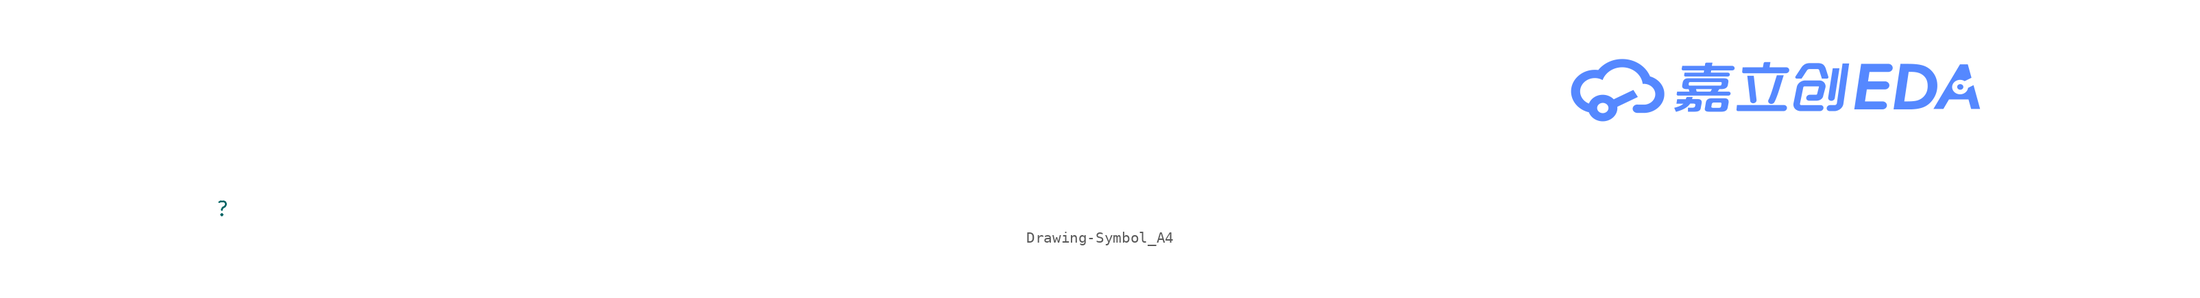
<source format=kicad_sym>
(kicad_symbol_lib
  (version 20231120)
  (generator "kicad_symbol_editor")
  (generator_version "8.0")
  (symbol "Drawing-Symbol_A4"
    (property "Reference" ""
      (at 0 0 0)
      (effects (font (size 1.27 1.27))))
    (property "Value" ""
      (at 0 0 0)
      (effects (font (size 1.27 1.27))))
    (symbol "Drawing-Symbol_A4_0_0"
      (polyline (pts (xy 146.978 10.146) (xy 146.976 10.133) (xy 146.973 10.12) (xy 146.97 10.107) (xy 146.965 10.094) (xy 146.96 10.082) (xy 146.955 10.07) (xy 146.949 10.058) (xy 146.943 10.047) (xy 146.936 10.036) (xy 146.928 10.025) (xy 146.92 10.014) (xy 146.912 10.004) (xy 146.903 9.994) (xy 146.893 9.985) (xy 146.884 9.976) (xy 146.873 9.967) (xy 146.863 9.959) (xy 146.852 9.951) (xy 146.84 9.944) (xy 146.828 9.937) (xy 146.816 9.931) (xy 146.804 9.925) (xy 146.791 9.919) (xy 146.778 9.915) (xy 146.765 9.91) (xy 146.751 9.906) (xy 146.737 9.903) (xy 146.723 9.9) (xy 146.709 9.898) (xy 146.695 9.897) (xy 146.68 9.896) (xy 146.665 9.896) (xy 146.655 9.896) (xy 146.64 9.896) (xy 146.625 9.897) (xy 146.61 9.899) (xy 146.596 9.902) (xy 146.581 9.905) (xy 146.567 9.909) (xy 146.553 9.914) (xy 146.539 9.919) (xy 146.526 9.925) (xy 146.512 9.932) (xy 146.5 9.939) (xy 146.488 9.947) (xy 146.476 9.955) (xy 146.465 9.964) (xy 146.454 9.973) (xy 146.444 9.983) (xy 146.434 9.993) (xy 146.425 10.004) (xy 146.417 10.016) (xy 146.409 10.027) (xy 146.402 10.04) (xy 146.396 10.052) (xy 146.39 10.065) (xy 146.386 10.078) (xy 146.382 10.091) (xy 146.378 10.104) (xy 146.376 10.117) (xy 146.374 10.131) (xy 146.372 10.144) (xy 146.372 10.157) (xy 146.372 10.171) (xy 146.373 10.184) (xy 146.792 12.871) (xy 147.402 12.871) (xy 146.978 10.146)) (stroke (width -0.0001) (type solid)) (fill (type color) (color 85 136 255 1)))
      (polyline (pts (xy 142.319 12.215) (xy 142.316 12.209) (xy 142.218 11.901) (xy 142.119 11.581) (xy 141.919 10.931) (xy 141.816 10.614) (xy 141.708 10.312) (xy 141.596 10.03) (xy 141.537 9.899) (xy 141.477 9.776) (xy 141.466 9.758) (xy 141.454 9.74) (xy 141.441 9.723) (xy 141.427 9.708) (xy 141.411 9.693) (xy 141.395 9.679) (xy 141.377 9.667) (xy 141.359 9.656) (xy 141.34 9.645) (xy 141.321 9.636) (xy 141.301 9.629) (xy 141.28 9.622) (xy 141.259 9.617) (xy 141.237 9.614) (xy 141.215 9.611) (xy 141.193 9.611) (xy 141.184 9.611) (xy 141.174 9.611) (xy 141.165 9.612) (xy 141.156 9.613) (xy 141.146 9.615) (xy 141.137 9.616) (xy 141.127 9.618) (xy 141.118 9.62) (xy 141.087 9.628) (xy 141.073 9.633) (xy 141.06 9.638) (xy 141.048 9.644) (xy 141.036 9.651) (xy 141.024 9.658) (xy 141.013 9.665) (xy 141.002 9.673) (xy 140.992 9.682) (xy 140.982 9.691) (xy 140.973 9.7) (xy 140.965 9.709) (xy 140.957 9.719) (xy 140.949 9.73) (xy 140.942 9.74) (xy 140.936 9.751) (xy 140.93 9.763) (xy 140.924 9.775) (xy 140.919 9.789) (xy 140.915 9.802) (xy 140.911 9.815) (xy 140.909 9.829) (xy 140.907 9.842) (xy 140.905 9.856) (xy 140.905 9.87) (xy 140.905 9.883) (xy 140.907 9.897) (xy 140.909 9.911) (xy 140.911 9.924) (xy 140.915 9.938) (xy 140.919 9.951) (xy 140.924 9.964) (xy 140.93 9.977) (xy 140.984 10.088) (xy 141.037 10.207) (xy 141.138 10.464) (xy 141.236 10.743) (xy 141.33 11.037) (xy 141.513 11.643) (xy 141.604 11.942) (xy 141.696 12.23) (xy 142.323 12.23) (xy 142.319 12.215)) (stroke (width -0.0001) (type solid)) (fill (type color) (color 85 136 255 1)))
      (polyline (pts (xy 139.845 9.973) (xy 139.845 9.961) (xy 139.846 9.948) (xy 139.846 9.936) (xy 139.845 9.924) (xy 139.843 9.912) (xy 139.841 9.9) (xy 139.838 9.888) (xy 139.835 9.877) (xy 139.831 9.865) (xy 139.827 9.854) (xy 139.822 9.843) (xy 139.816 9.832) (xy 139.81 9.821) (xy 139.803 9.811) (xy 139.796 9.801) (xy 139.789 9.791) (xy 139.781 9.781) (xy 139.772 9.772) (xy 139.763 9.763) (xy 139.754 9.754) (xy 139.744 9.746) (xy 139.733 9.738) (xy 139.723 9.73) (xy 139.712 9.723) (xy 139.7 9.716) (xy 139.689 9.71) (xy 139.676 9.704) (xy 139.664 9.698) (xy 139.651 9.693) (xy 139.638 9.689) (xy 139.624 9.685) (xy 139.611 9.681) (xy 139.604 9.679) (xy 139.597 9.678) (xy 139.589 9.677) (xy 139.581 9.676) (xy 139.573 9.675) (xy 139.565 9.674) (xy 139.557 9.674) (xy 139.55 9.674) (xy 139.542 9.673) (xy 139.529 9.674) (xy 139.516 9.674) (xy 139.503 9.676) (xy 139.491 9.677) (xy 139.478 9.679) (xy 139.466 9.682) (xy 139.455 9.685) (xy 139.443 9.688) (xy 139.432 9.692) (xy 139.421 9.697) (xy 139.41 9.701) (xy 139.399 9.706) (xy 139.389 9.712) (xy 139.379 9.718) (xy 139.37 9.724) (xy 139.36 9.731) (xy 139.351 9.738) (xy 139.343 9.745) (xy 139.335 9.753) (xy 139.327 9.761) (xy 139.32 9.769) (xy 139.313 9.778) (xy 139.306 9.787) (xy 139.3 9.796) (xy 139.294 9.806) (xy 139.289 9.815) (xy 139.285 9.825) (xy 139.28 9.836) (xy 139.276 9.847) (xy 139.273 9.858) (xy 139.27 9.869) (xy 139.268 9.88) (xy 139.268 9.89) (xy 139.001 12.184) (xy 139.001 12.186) (xy 139.592 12.186) (xy 139.845 9.973)) (stroke (width -0.0001) (type solid)) (fill (type color) (color 85 136 255 1)))
      (polyline (pts (xy 142.356 9.508) (xy 142.371 9.507) (xy 142.385 9.505) (xy 142.4 9.502) (xy 142.414 9.499) (xy 142.428 9.495) (xy 142.441 9.491) (xy 142.454 9.486) (xy 142.468 9.48) (xy 142.48 9.473) (xy 142.493 9.466) (xy 142.505 9.459) (xy 142.517 9.45) (xy 142.528 9.442) (xy 142.539 9.433) (xy 142.55 9.423) (xy 142.56 9.412) (xy 142.569 9.401) (xy 142.577 9.39) (xy 142.584 9.378) (xy 142.591 9.366) (xy 142.597 9.354) (xy 142.602 9.341) (xy 142.607 9.328) (xy 142.611 9.315) (xy 142.614 9.302) (xy 142.617 9.288) (xy 142.618 9.274) (xy 142.619 9.26) (xy 142.619 9.246) (xy 142.619 9.232) (xy 142.617 9.218) (xy 142.615 9.205) (xy 142.613 9.191) (xy 142.61 9.179) (xy 142.606 9.166) (xy 142.602 9.153) (xy 142.597 9.141) (xy 142.592 9.129) (xy 142.586 9.118) (xy 142.579 9.106) (xy 142.572 9.095) (xy 142.565 9.084) (xy 142.557 9.074) (xy 142.548 9.064) (xy 142.539 9.054) (xy 142.53 9.044) (xy 142.52 9.035) (xy 142.51 9.027) (xy 142.499 9.018) (xy 142.488 9.011) (xy 142.477 9.003) (xy 142.465 8.996) (xy 142.453 8.99) (xy 142.441 8.984) (xy 142.428 8.978) (xy 142.416 8.973) (xy 142.403 8.969) (xy 142.389 8.965) (xy 142.376 8.962) (xy 142.362 8.959) (xy 142.348 8.957) (xy 142.334 8.955) (xy 142.32 8.954) (xy 142.306 8.954) (xy 138.158 8.954) (xy 138.15 8.954) (xy 138.143 8.955) (xy 138.136 8.956) (xy 138.129 8.957) (xy 138.122 8.958) (xy 138.115 8.96) (xy 138.109 8.962) (xy 138.102 8.964) (xy 138.096 8.967) (xy 138.09 8.97) (xy 138.084 8.973) (xy 138.078 8.976) (xy 138.073 8.98) (xy 138.068 8.984) (xy 138.063 8.988) (xy 138.058 8.992) (xy 138.053 8.996) (xy 138.049 9.001) (xy 138.045 9.006) (xy 138.041 9.011) (xy 138.037 9.016) (xy 138.034 9.021) (xy 138.031 9.027) (xy 138.028 9.033) (xy 138.026 9.038) (xy 138.024 9.044) (xy 138.022 9.05) (xy 138.02 9.056) (xy 138.019 9.062) (xy 138.018 9.069) (xy 138.018 9.075) (xy 138.018 9.081) (xy 138.018 9.083) (xy 138.016 9.083) (xy 138.06 9.508) (xy 142.341 9.508) (xy 142.356 9.508)) (stroke (width -0.0001) (type solid)) (fill (type color) (color 85 136 255 1)))
      (polyline (pts (xy 159.44 12.004) (xy 158.818 11.693) (xy 158.796 11.707) (xy 158.773 11.72) (xy 158.749 11.732) (xy 158.725 11.743) (xy 158.701 11.754) (xy 158.676 11.764) (xy 158.65 11.773) (xy 158.624 11.781) (xy 158.598 11.788) (xy 158.571 11.795) (xy 158.544 11.8) (xy 158.516 11.804) (xy 158.488 11.808) (xy 158.46 11.81) (xy 158.431 11.812) (xy 158.402 11.812) (xy 158.365 11.812) (xy 158.328 11.809) (xy 158.292 11.805) (xy 158.256 11.799) (xy 158.221 11.792) (xy 158.186 11.783) (xy 158.153 11.772) (xy 158.12 11.76) (xy 158.088 11.747) (xy 158.056 11.733) (xy 158.026 11.717) (xy 157.996 11.7) (xy 157.968 11.681) (xy 157.94 11.661) (xy 157.914 11.641) (xy 157.889 11.619) (xy 157.865 11.596) (xy 157.842 11.572) (xy 157.82 11.547) (xy 157.8 11.521) (xy 157.781 11.494) (xy 157.763 11.467) (xy 157.748 11.438) (xy 157.733 11.409) (xy 157.72 11.379) (xy 157.708 11.348) (xy 157.699 11.317) (xy 157.69 11.285) (xy 157.684 11.252) (xy 157.679 11.219) (xy 157.677 11.186) (xy 157.676 11.152) (xy 157.677 11.118) (xy 157.679 11.084) (xy 157.684 11.051) (xy 157.69 11.019) (xy 157.699 10.987) (xy 157.708 10.956) (xy 157.72 10.925) (xy 157.733 10.895) (xy 157.748 10.866) (xy 157.763 10.837) (xy 157.781 10.81) (xy 157.8 10.783) (xy 157.82 10.757) (xy 157.842 10.732) (xy 157.865 10.708) (xy 157.889 10.685) (xy 157.914 10.663) (xy 157.94 10.642) (xy 157.968 10.623) (xy 157.996 10.604) (xy 158.026 10.587) (xy 158.056 10.571) (xy 158.088 10.557) (xy 158.12 10.543) (xy 158.153 10.531) (xy 158.186 10.521) (xy 158.221 10.512) (xy 158.256 10.505) (xy 158.292 10.499) (xy 158.328 10.495) (xy 158.365 10.492) (xy 158.402 10.491) (xy 158.437 10.492) (xy 158.471 10.494) (xy 158.506 10.498) (xy 158.539 10.503) (xy 158.572 10.51) (xy 158.604 10.517) (xy 158.636 10.527) (xy 158.667 10.537) (xy 158.697 10.549) (xy 158.727 10.561) (xy 158.756 10.575) (xy 158.784 10.59) (xy 158.811 10.607) (xy 158.838 10.624) (xy 158.863 10.642) (xy 158.888 10.662) (xy 158.912 10.682) (xy 158.934 10.703) (xy 158.956 10.725) (xy 158.976 10.748) (xy 158.996 10.772) (xy 159.014 10.796) (xy 159.031 10.822) (xy 159.047 10.848) (xy 159.061 10.874) (xy 159.075 10.902) (xy 159.086 10.93) (xy 159.097 10.958) (xy 159.106 10.988) (xy 159.114 11.017) (xy 159.12 11.047) (xy 159.125 11.078) (xy 159.626 11.328) (xy 160.225 9.153) (xy 159.406 9.153) (xy 159.168 10.021) (xy 157.388 10.021) (xy 156.878 9.153) (xy 155.97 9.153) (xy 158.394 13.232) (xy 159.104 13.232) (xy 159.44 12.004)) (stroke (width -0.0001) (type solid)) (fill (type color) (color 85 136 255 1)))
      (polyline (pts (xy 158.434 11.42) (xy 158.448 11.419) (xy 158.462 11.417) (xy 158.476 11.415) (xy 158.49 11.412) (xy 158.503 11.408) (xy 158.516 11.404) (xy 158.529 11.399) (xy 158.541 11.394) (xy 158.553 11.388) (xy 158.565 11.382) (xy 158.576 11.375) (xy 158.587 11.368) (xy 158.598 11.36) (xy 158.608 11.352) (xy 158.618 11.344) (xy 158.627 11.335) (xy 158.636 11.325) (xy 158.644 11.316) (xy 158.652 11.305) (xy 158.659 11.295) (xy 158.666 11.284) (xy 158.672 11.273) (xy 158.677 11.262) (xy 158.682 11.25) (xy 158.686 11.238) (xy 158.69 11.226) (xy 158.693 11.213) (xy 158.695 11.201) (xy 158.697 11.188) (xy 158.698 11.175) (xy 158.698 11.162) (xy 158.698 11.149) (xy 158.696 11.136) (xy 158.694 11.123) (xy 158.692 11.11) (xy 158.689 11.098) (xy 158.685 11.086) (xy 158.68 11.074) (xy 158.675 11.062) (xy 158.669 11.051) (xy 158.663 11.04) (xy 158.656 11.029) (xy 158.648 11.019) (xy 158.64 11.009) (xy 158.632 10.999) (xy 158.623 10.99) (xy 158.613 10.981) (xy 158.603 10.973) (xy 158.593 10.965) (xy 158.583 10.957) (xy 158.571 10.95) (xy 158.56 10.944) (xy 158.548 10.938) (xy 158.536 10.932) (xy 158.523 10.927) (xy 158.51 10.923) (xy 158.497 10.919) (xy 158.484 10.916) (xy 158.47 10.913) (xy 158.456 10.911) (xy 158.442 10.909) (xy 158.428 10.908) (xy 158.413 10.908) (xy 158.399 10.909) (xy 158.385 10.91) (xy 158.37 10.912) (xy 158.357 10.914) (xy 158.343 10.917) (xy 158.33 10.921) (xy 158.317 10.925) (xy 158.304 10.929) (xy 158.291 10.935) (xy 158.279 10.94) (xy 158.268 10.947) (xy 158.256 10.953) (xy 158.245 10.961) (xy 158.235 10.968) (xy 158.225 10.977) (xy 158.215 10.985) (xy 158.206 10.994) (xy 158.197 11.004) (xy 158.189 11.013) (xy 158.181 11.023) (xy 158.174 11.034) (xy 158.167 11.045) (xy 158.161 11.056) (xy 158.155 11.067) (xy 158.15 11.079) (xy 158.146 11.091) (xy 158.143 11.103) (xy 158.14 11.115) (xy 158.137 11.128) (xy 158.136 11.141) (xy 158.135 11.154) (xy 158.135 11.167) (xy 158.135 11.18) (xy 158.136 11.193) (xy 158.138 11.206) (xy 158.141 11.219) (xy 158.144 11.231) (xy 158.148 11.243) (xy 158.153 11.255) (xy 158.158 11.267) (xy 158.164 11.278) (xy 158.17 11.289) (xy 158.177 11.3) (xy 158.184 11.31) (xy 158.192 11.32) (xy 158.201 11.329) (xy 158.21 11.339) (xy 158.219 11.347) (xy 158.229 11.356) (xy 158.239 11.364) (xy 158.25 11.371) (xy 158.261 11.378) (xy 158.273 11.385) (xy 158.285 11.391) (xy 158.297 11.396) (xy 158.309 11.402) (xy 158.322 11.406) (xy 158.335 11.41) (xy 158.349 11.413) (xy 158.362 11.416) (xy 158.376 11.418) (xy 158.391 11.419) (xy 158.405 11.42) (xy 158.419 11.421) (xy 158.434 11.42)) (stroke (width -0.0001) (type solid)) (fill (type color) (color 85 136 255 1)))
      (polyline (pts (xy 147.765 9.635) (xy 147.756 9.583) (xy 147.743 9.532) (xy 147.727 9.482) (xy 147.707 9.434) (xy 147.684 9.388) (xy 147.658 9.343) (xy 147.629 9.3) (xy 147.596 9.26) (xy 147.561 9.221) (xy 147.523 9.184) (xy 147.482 9.15) (xy 147.439 9.118) (xy 147.393 9.088) (xy 147.345 9.061) (xy 147.294 9.037) (xy 147.241 9.015) (xy 147.224 9.007) (xy 147.206 9) (xy 147.188 8.994) (xy 147.17 8.988) (xy 147.151 8.982) (xy 147.133 8.977) (xy 147.114 8.973) (xy 147.095 8.969) (xy 147.076 8.965) (xy 147.056 8.962) (xy 147.037 8.96) (xy 147.017 8.958) (xy 146.997 8.956) (xy 146.976 8.955) (xy 146.955 8.954) (xy 146.934 8.954) (xy 146.519 8.954) (xy 146.504 8.954) (xy 146.489 8.956) (xy 146.475 8.958) (xy 146.46 8.96) (xy 146.445 8.964) (xy 146.431 8.968) (xy 146.417 8.972) (xy 146.403 8.978) (xy 146.39 8.984) (xy 146.377 8.99) (xy 146.364 8.998) (xy 146.352 9.005) (xy 146.34 9.014) (xy 146.329 9.022) (xy 146.318 9.032) (xy 146.308 9.041) (xy 146.299 9.052) (xy 146.29 9.063) (xy 146.282 9.074) (xy 146.274 9.086) (xy 146.267 9.098) (xy 146.261 9.11) (xy 146.256 9.122) (xy 146.251 9.135) (xy 146.247 9.148) (xy 146.244 9.161) (xy 146.242 9.175) (xy 146.24 9.188) (xy 146.239 9.202) (xy 146.239 9.216) (xy 146.24 9.23) (xy 146.241 9.245) (xy 146.243 9.254) (xy 146.246 9.267) (xy 146.249 9.28) (xy 146.252 9.293) (xy 146.256 9.305) (xy 146.261 9.317) (xy 146.267 9.329) (xy 146.273 9.341) (xy 146.279 9.352) (xy 146.286 9.364) (xy 146.294 9.374) (xy 146.302 9.385) (xy 146.311 9.395) (xy 146.32 9.405) (xy 146.329 9.414) (xy 146.339 9.423) (xy 146.35 9.432) (xy 146.361 9.44) (xy 146.372 9.448) (xy 146.383 9.455) (xy 146.395 9.462) (xy 146.407 9.469) (xy 146.42 9.475) (xy 146.432 9.48) (xy 146.445 9.485) (xy 146.459 9.489) (xy 146.472 9.493) (xy 146.486 9.497) (xy 146.5 9.499) (xy 146.514 9.502) (xy 146.528 9.503) (xy 146.542 9.504) (xy 146.556 9.505) (xy 146.972 9.505) (xy 146.981 9.505) (xy 146.99 9.505) (xy 146.999 9.506) (xy 147.008 9.507) (xy 147.016 9.509) (xy 147.024 9.511) (xy 147.032 9.513) (xy 147.04 9.516) (xy 147.048 9.519) (xy 147.056 9.523) (xy 147.063 9.527) (xy 147.071 9.531) (xy 147.078 9.536) (xy 147.085 9.541) (xy 147.092 9.546) (xy 147.099 9.552) (xy 147.107 9.559) (xy 147.113 9.566) (xy 147.12 9.574) (xy 147.126 9.582) (xy 147.132 9.589) (xy 147.138 9.597) (xy 147.143 9.605) (xy 147.147 9.613) (xy 147.152 9.621) (xy 147.156 9.629) (xy 147.159 9.637) (xy 147.162 9.645) (xy 147.165 9.653) (xy 147.167 9.661) (xy 147.169 9.669) (xy 147.17 9.677) (xy 147.686 13.31) (xy 148.289 13.31) (xy 147.765 9.635)) (stroke (width -0.0001) (type solid)) (fill (type color) (color 85 136 255 1)))
      (polyline (pts (xy 141.03 12.959) (xy 142.544 12.959) (xy 142.56 12.958) (xy 142.576 12.957) (xy 142.591 12.956) (xy 142.606 12.953) (xy 142.621 12.95) (xy 142.636 12.946) (xy 142.65 12.941) (xy 142.664 12.936) (xy 142.678 12.93) (xy 142.691 12.924) (xy 142.703 12.916) (xy 142.715 12.908) (xy 142.727 12.9) (xy 142.738 12.89) (xy 142.749 12.88) (xy 142.759 12.87) (xy 142.768 12.859) (xy 142.777 12.848) (xy 142.785 12.837) (xy 142.793 12.825) (xy 142.799 12.813) (xy 142.805 12.801) (xy 142.81 12.788) (xy 142.815 12.776) (xy 142.819 12.762) (xy 142.822 12.749) (xy 142.824 12.736) (xy 142.825 12.722) (xy 142.826 12.708) (xy 142.826 12.693) (xy 142.825 12.679) (xy 142.824 12.665) (xy 142.824 12.661) (xy 142.821 12.648) (xy 142.819 12.635) (xy 142.815 12.622) (xy 142.811 12.61) (xy 142.806 12.598) (xy 142.801 12.586) (xy 142.795 12.574) (xy 142.788 12.563) (xy 142.781 12.552) (xy 142.774 12.541) (xy 142.766 12.531) (xy 142.757 12.521) (xy 142.748 12.511) (xy 142.739 12.502) (xy 142.729 12.493) (xy 142.719 12.485) (xy 142.708 12.477) (xy 142.697 12.469) (xy 142.686 12.462) (xy 142.674 12.455) (xy 142.662 12.449) (xy 142.649 12.443) (xy 142.637 12.438) (xy 142.624 12.433) (xy 142.61 12.428) (xy 142.596 12.425) (xy 142.583 12.421) (xy 142.569 12.419) (xy 142.554 12.417) (xy 142.54 12.415) (xy 142.525 12.414) (xy 142.511 12.414) (xy 138.673 12.414) (xy 138.673 12.416) (xy 138.666 12.416) (xy 138.659 12.417) (xy 138.652 12.418) (xy 138.645 12.419) (xy 138.638 12.421) (xy 138.632 12.422) (xy 138.625 12.425) (xy 138.619 12.427) (xy 138.613 12.43) (xy 138.607 12.432) (xy 138.601 12.436) (xy 138.596 12.439) (xy 138.59 12.443) (xy 138.585 12.446) (xy 138.58 12.45) (xy 138.575 12.455) (xy 138.571 12.459) (xy 138.567 12.464) (xy 138.562 12.468) (xy 138.559 12.473) (xy 138.555 12.478) (xy 138.552 12.484) (xy 138.549 12.489) (xy 138.546 12.495) (xy 138.544 12.5) (xy 138.542 12.506) (xy 138.54 12.512) (xy 138.538 12.518) (xy 138.537 12.524) (xy 138.536 12.53) (xy 138.536 12.537) (xy 138.536 12.543) (xy 138.536 12.55) (xy 138.536 12.553) (xy 138.536 12.556) (xy 138.536 12.559) (xy 138.536 12.561) (xy 138.536 12.562) (xy 138.537 12.563) (xy 138.537 12.565) (xy 138.537 12.566) (xy 138.538 12.568) (xy 138.577 12.957) (xy 140.423 12.959) (xy 140.492 13.325) (xy 140.493 13.331) (xy 140.494 13.337) (xy 140.495 13.343) (xy 140.497 13.348) (xy 140.499 13.354) (xy 140.501 13.359) (xy 140.504 13.365) (xy 140.507 13.37) (xy 140.51 13.375) (xy 140.513 13.38) (xy 140.517 13.384) (xy 140.52 13.389) (xy 140.524 13.393) (xy 140.528 13.397) (xy 140.532 13.401) (xy 140.537 13.405) (xy 140.542 13.409) (xy 140.546 13.412) (xy 140.551 13.415) (xy 140.556 13.419) (xy 140.562 13.421) (xy 140.567 13.424) (xy 140.573 13.426) (xy 140.578 13.429) (xy 140.584 13.431) (xy 140.59 13.432) (xy 140.596 13.434) (xy 140.602 13.435) (xy 140.608 13.436) (xy 140.615 13.437) (xy 140.621 13.437) (xy 140.627 13.437) (xy 141.11 13.437) (xy 141.03 12.959)) (stroke (width -0.0001) (type solid)) (fill (type color) (color 85 136 255 1)))
      (polyline (pts (xy 133.968 10.055) (xy 134.462 10.055) (xy 134.491 10.055) (xy 134.518 10.053) (xy 134.544 10.051) (xy 134.569 10.049) (xy 134.593 10.045) (xy 134.615 10.041) (xy 134.637 10.036) (xy 134.658 10.03) (xy 134.677 10.023) (xy 134.696 10.015) (xy 134.713 10.007) (xy 134.73 9.998) (xy 134.745 9.988) (xy 134.759 9.977) (xy 134.773 9.966) (xy 134.785 9.953) (xy 134.796 9.94) (xy 134.806 9.926) (xy 134.815 9.911) (xy 134.823 9.896) (xy 134.829 9.879) (xy 134.835 9.862) (xy 134.84 9.843) (xy 134.844 9.824) (xy 134.846 9.804) (xy 134.848 9.784) (xy 134.849 9.762) (xy 134.848 9.74) (xy 134.847 9.716) (xy 134.844 9.692) (xy 134.841 9.667) (xy 134.836 9.641) (xy 134.769 9.288) (xy 134.766 9.262) (xy 134.763 9.238) (xy 134.758 9.214) (xy 134.753 9.192) (xy 134.746 9.17) (xy 134.739 9.15) (xy 134.732 9.13) (xy 134.723 9.111) (xy 134.713 9.093) (xy 134.703 9.076) (xy 134.691 9.06) (xy 134.679 9.045) (xy 134.666 9.031) (xy 134.651 9.018) (xy 134.636 9.005) (xy 134.62 8.993) (xy 134.603 8.982) (xy 134.585 8.972) (xy 134.566 8.962) (xy 134.546 8.954) (xy 134.524 8.945) (xy 134.502 8.938) (xy 134.479 8.931) (xy 134.454 8.925) (xy 134.429 8.92) (xy 134.403 8.915) (xy 134.346 8.908) (xy 134.286 8.902) (xy 134.22 8.899) (xy 133.594 8.899) (xy 133.594 9.263) (xy 133.982 9.263) (xy 134.011 9.264) (xy 134.038 9.266) (xy 134.063 9.268) (xy 134.086 9.272) (xy 134.107 9.277) (xy 134.126 9.283) (xy 134.144 9.29) (xy 134.16 9.297) (xy 134.174 9.306) (xy 134.187 9.315) (xy 134.198 9.325) (xy 134.208 9.335) (xy 134.217 9.347) (xy 134.225 9.359) (xy 134.231 9.372) (xy 134.237 9.385) (xy 134.264 9.495) (xy 134.266 9.504) (xy 134.268 9.513) (xy 134.269 9.521) (xy 134.27 9.529) (xy 134.27 9.537) (xy 134.269 9.544) (xy 134.268 9.552) (xy 134.267 9.559) (xy 134.265 9.565) (xy 134.262 9.572) (xy 134.259 9.578) (xy 134.255 9.584) (xy 134.251 9.589) (xy 134.246 9.595) (xy 134.24 9.6) (xy 134.234 9.604) (xy 134.228 9.609) (xy 134.221 9.613) (xy 134.213 9.617) (xy 134.205 9.62) (xy 134.196 9.624) (xy 134.187 9.627) (xy 134.177 9.63) (xy 134.167 9.632) (xy 134.156 9.634) (xy 134.144 9.636) (xy 134.132 9.637) (xy 134.119 9.639) (xy 134.106 9.64) (xy 134.093 9.641) (xy 134.078 9.641) (xy 134.064 9.641) (xy 133.796 9.641) (xy 133.747 9.575) (xy 133.694 9.512) (xy 133.638 9.452) (xy 133.578 9.395) (xy 133.515 9.342) (xy 133.447 9.291) (xy 133.375 9.242) (xy 133.298 9.196) (xy 133.217 9.152) (xy 133.131 9.11) (xy 133.04 9.07) (xy 132.943 9.031) (xy 132.841 8.994) (xy 132.733 8.957) (xy 132.62 8.922) (xy 132.5 8.888) (xy 132.339 9.252) (xy 132.488 9.295) (xy 132.617 9.335) (xy 132.676 9.354) (xy 132.73 9.373) (xy 132.782 9.393) (xy 132.831 9.413) (xy 132.877 9.434) (xy 132.922 9.456) (xy 132.966 9.48) (xy 133.009 9.505) (xy 133.052 9.533) (xy 133.094 9.562) (xy 133.138 9.595) (xy 133.183 9.63) (xy 132.542 9.63) (xy 132.608 10.043) (xy 133.398 10.043) (xy 133.398 10.046) (xy 133.398 10.05) (xy 133.399 10.054) (xy 133.4 10.059) (xy 133.403 10.071) (xy 133.407 10.086) (xy 133.41 10.094) (xy 133.413 10.103) (xy 133.416 10.112) (xy 133.42 10.122) (xy 133.423 10.132) (xy 133.428 10.143) (xy 133.432 10.154) (xy 133.437 10.165) (xy 133.439 10.17) (xy 133.44 10.174) (xy 133.442 10.178) (xy 133.444 10.183) (xy 133.446 10.187) (xy 133.448 10.191) (xy 133.451 10.195) (xy 133.454 10.199) (xy 133.457 10.203) (xy 133.46 10.207) (xy 133.463 10.21) (xy 133.467 10.214) (xy 133.47 10.217) (xy 133.474 10.22) (xy 133.478 10.223) (xy 133.482 10.226) (xy 133.486 10.229) (xy 133.491 10.232) (xy 133.495 10.234) (xy 133.5 10.236) (xy 133.504 10.239) (xy 133.509 10.241) (xy 133.513 10.242) (xy 133.518 10.244) (xy 133.523 10.245) (xy 133.528 10.247) (xy 133.533 10.248) (xy 133.538 10.249) (xy 133.543 10.249) (xy 133.548 10.25) (xy 133.553 10.25) (xy 133.558 10.25) (xy 134.026 10.25) (xy 133.968 10.055)) (stroke (width -0.0001) (type solid)) (fill (type color) (color 85 136 255 1)))
      (polyline (pts (xy 153.814 13.273) (xy 153.935 13.27) (xy 154.053 13.266) (xy 154.166 13.26) (xy 154.275 13.253) (xy 154.38 13.243) (xy 154.481 13.232) (xy 154.578 13.22) (xy 154.671 13.205) (xy 154.759 13.189) (xy 154.844 13.171) (xy 154.924 13.151) (xy 155.001 13.13) (xy 155.073 13.107) (xy 155.142 13.082) (xy 155.206 13.056) (xy 155.268 13.027) (xy 155.328 12.997) (xy 155.386 12.964) (xy 155.444 12.93) (xy 155.499 12.894) (xy 155.554 12.856) (xy 155.607 12.816) (xy 155.658 12.774) (xy 155.708 12.73) (xy 155.756 12.684) (xy 155.803 12.636) (xy 155.849 12.586) (xy 155.893 12.534) (xy 155.935 12.48) (xy 155.976 12.424) (xy 156.016 12.367) (xy 156.054 12.307) (xy 156.089 12.247) (xy 156.121 12.185) (xy 156.152 12.123) (xy 156.18 12.059) (xy 156.205 11.994) (xy 156.228 11.928) (xy 156.249 11.861) (xy 156.267 11.793) (xy 156.283 11.723) (xy 156.297 11.653) (xy 156.308 11.581) (xy 156.316 11.508) (xy 156.322 11.434) (xy 156.326 11.359) (xy 156.327 11.283) (xy 156.326 11.205) (xy 156.322 11.128) (xy 156.316 11.051) (xy 156.307 10.975) (xy 156.295 10.9) (xy 156.281 10.826) (xy 156.264 10.752) (xy 156.245 10.68) (xy 156.223 10.607) (xy 156.198 10.536) (xy 156.171 10.465) (xy 156.141 10.395) (xy 156.109 10.326) (xy 156.073 10.258) (xy 156.036 10.19) (xy 155.995 10.123) (xy 155.953 10.059) (xy 155.91 9.996) (xy 155.865 9.936) (xy 155.82 9.878) (xy 155.772 9.822) (xy 155.723 9.768) (xy 155.673 9.717) (xy 155.621 9.668) (xy 155.569 9.621) (xy 155.514 9.576) (xy 155.458 9.534) (xy 155.401 9.493) (xy 155.343 9.455) (xy 155.284 9.419) (xy 155.222 9.386) (xy 155.16 9.354) (xy 155.095 9.325) (xy 155.028 9.298) (xy 154.957 9.272) (xy 154.884 9.248) (xy 154.807 9.227) (xy 154.727 9.207) (xy 154.644 9.189) (xy 154.559 9.173) (xy 154.47 9.158) (xy 154.378 9.146) (xy 154.283 9.136) (xy 154.185 9.127) (xy 154.083 9.12) (xy 153.979 9.115) (xy 153.872 9.113) (xy 153.761 9.112) (xy 152.338 9.112) (xy 152.447 9.84) (xy 153.312 9.84) (xy 153.596 9.84) (xy 153.754 9.842) (xy 153.901 9.847) (xy 153.97 9.851) (xy 154.036 9.855) (xy 154.1 9.861) (xy 154.16 9.867) (xy 154.218 9.873) (xy 154.273 9.881) (xy 154.325 9.889) (xy 154.374 9.898) (xy 154.42 9.908) (xy 154.464 9.918) (xy 154.504 9.929) (xy 154.542 9.941) (xy 154.593 9.959) (xy 154.643 9.979) (xy 154.691 10.001) (xy 154.738 10.024) (xy 154.784 10.048) (xy 154.828 10.075) (xy 154.872 10.102) (xy 154.913 10.132) (xy 154.954 10.163) (xy 154.993 10.195) (xy 155.031 10.23) (xy 155.068 10.266) (xy 155.103 10.303) (xy 155.137 10.342) (xy 155.17 10.383) (xy 155.202 10.425) (xy 155.232 10.468) (xy 155.26 10.513) (xy 155.286 10.559) (xy 155.31 10.606) (xy 155.332 10.654) (xy 155.353 10.704) (xy 155.371 10.754) (xy 155.387 10.806) (xy 155.402 10.859) (xy 155.414 10.914) (xy 155.424 10.97) (xy 155.433 11.026) (xy 155.439 11.084) (xy 155.444 11.144) (xy 155.446 11.204) (xy 155.446 11.266) (xy 155.445 11.317) (xy 155.443 11.367) (xy 155.44 11.416) (xy 155.435 11.464) (xy 155.429 11.511) (xy 155.421 11.557) (xy 155.412 11.602) (xy 155.402 11.646) (xy 155.391 11.688) (xy 155.378 11.73) (xy 155.363 11.771) (xy 155.347 11.81) (xy 155.33 11.849) (xy 155.312 11.887) (xy 155.292 11.923) (xy 155.271 11.959) (xy 155.248 11.993) (xy 155.225 12.026) (xy 155.2 12.059) (xy 155.174 12.09) (xy 155.147 12.12) (xy 155.119 12.149) (xy 155.09 12.178) (xy 155.06 12.205) (xy 155.028 12.232) (xy 154.996 12.257) (xy 154.962 12.281) (xy 154.928 12.305) (xy 154.892 12.328) (xy 154.855 12.349) (xy 154.817 12.37) (xy 154.778 12.389) (xy 154.737 12.408) (xy 154.695 12.425) (xy 154.651 12.441) (xy 154.605 12.456) (xy 154.558 12.47) (xy 154.509 12.482) (xy 154.459 12.494) (xy 154.407 12.504) (xy 154.353 12.512) (xy 154.298 12.52) (xy 154.24 12.527) (xy 154.182 12.532) (xy 154.121 12.536) (xy 154.059 12.539) (xy 153.996 12.541) (xy 153.93 12.541) (xy 153.715 12.541) (xy 153.312 9.84) (xy 152.447 9.84) (xy 152.964 13.274) (xy 153.688 13.274) (xy 153.814 13.273)) (stroke (width -0.0001) (type solid)) (fill (type color) (color 85 136 255 1)))
      (polyline (pts (xy 151.872 13.277) (xy 151.892 13.276) (xy 151.913 13.273) (xy 151.933 13.27) (xy 151.952 13.266) (xy 151.971 13.261) (xy 151.99 13.255) (xy 152.009 13.248) (xy 152.026 13.241) (xy 152.044 13.233) (xy 152.061 13.224) (xy 152.077 13.214) (xy 152.093 13.204) (xy 152.109 13.193) (xy 152.123 13.181) (xy 152.138 13.169) (xy 152.151 13.156) (xy 152.164 13.143) (xy 152.176 13.128) (xy 152.187 13.114) (xy 152.198 13.099) (xy 152.208 13.083) (xy 152.217 13.067) (xy 152.225 13.05) (xy 152.232 13.033) (xy 152.239 13.016) (xy 152.244 12.998) (xy 152.249 12.98) (xy 152.253 12.961) (xy 152.256 12.942) (xy 152.257 12.923) (xy 152.258 12.904) (xy 152.258 12.885) (xy 152.256 12.866) (xy 152.253 12.848) (xy 152.25 12.83) (xy 152.245 12.812) (xy 152.24 12.794) (xy 152.233 12.777) (xy 152.226 12.761) (xy 152.218 12.744) (xy 152.209 12.728) (xy 152.199 12.713) (xy 152.189 12.698) (xy 152.178 12.684) (xy 152.166 12.67) (xy 152.153 12.656) (xy 152.139 12.643) (xy 152.125 12.631) (xy 152.111 12.62) (xy 152.095 12.609) (xy 152.079 12.598) (xy 152.063 12.589) (xy 152.046 12.58) (xy 152.029 12.572) (xy 152.011 12.565) (xy 151.992 12.558) (xy 151.973 12.552) (xy 151.954 12.547) (xy 151.935 12.543) (xy 151.915 12.54) (xy 151.894 12.537) (xy 151.874 12.536) (xy 151.853 12.536) (xy 150.141 12.534) (xy 150.01 11.67) (xy 151.615 11.67) (xy 151.633 11.667) (xy 151.65 11.663) (xy 151.668 11.659) (xy 151.685 11.654) (xy 151.701 11.648) (xy 151.718 11.642) (xy 151.733 11.635) (xy 151.749 11.627) (xy 151.764 11.619) (xy 151.779 11.61) (xy 151.793 11.601) (xy 151.806 11.591) (xy 151.82 11.581) (xy 151.832 11.57) (xy 151.845 11.558) (xy 151.856 11.546) (xy 151.867 11.534) (xy 151.878 11.521) (xy 151.888 11.508) (xy 151.897 11.495) (xy 151.906 11.481) (xy 151.914 11.467) (xy 151.921 11.452) (xy 151.928 11.437) (xy 151.933 11.422) (xy 151.939 11.406) (xy 151.943 11.39) (xy 151.947 11.374) (xy 151.95 11.358) (xy 151.952 11.341) (xy 151.953 11.325) (xy 151.953 11.307) (xy 151.953 11.289) (xy 151.951 11.27) (xy 151.949 11.252) (xy 151.945 11.233) (xy 151.94 11.216) (xy 151.935 11.198) (xy 151.929 11.181) (xy 151.921 11.164) (xy 151.913 11.148) (xy 151.904 11.132) (xy 151.895 11.117) (xy 151.884 11.102) (xy 151.873 11.087) (xy 151.861 11.073) (xy 151.848 11.06) (xy 151.835 11.047) (xy 151.821 11.035) (xy 151.806 11.024) (xy 151.791 11.013) (xy 151.775 11.002) (xy 151.758 10.993) (xy 151.741 10.984) (xy 151.724 10.976) (xy 151.706 10.968) (xy 151.687 10.962) (xy 151.669 10.956) (xy 151.649 10.951) (xy 151.63 10.947) (xy 151.61 10.944) (xy 151.59 10.941) (xy 151.569 10.94) (xy 151.548 10.939) (xy 149.899 10.941) (xy 149.73 9.838) (xy 151.331 9.84) (xy 151.352 9.84) (xy 151.372 9.839) (xy 151.392 9.836) (xy 151.411 9.833) (xy 151.43 9.829) (xy 151.449 9.824) (xy 151.468 9.819) (xy 151.486 9.812) (xy 151.504 9.805) (xy 151.521 9.797) (xy 151.537 9.788) (xy 151.554 9.779) (xy 151.569 9.769) (xy 151.584 9.758) (xy 151.599 9.747) (xy 151.613 9.735) (xy 151.626 9.722) (xy 151.638 9.709) (xy 151.65 9.695) (xy 151.662 9.681) (xy 151.672 9.666) (xy 151.682 9.651) (xy 151.69 9.636) (xy 151.698 9.619) (xy 151.706 9.603) (xy 151.712 9.586) (xy 151.717 9.569) (xy 151.722 9.551) (xy 151.725 9.533) (xy 151.728 9.515) (xy 151.729 9.497) (xy 151.73 9.478) (xy 151.729 9.46) (xy 151.728 9.441) (xy 151.725 9.424) (xy 151.722 9.406) (xy 151.718 9.389) (xy 151.712 9.371) (xy 151.706 9.355) (xy 151.699 9.338) (xy 151.691 9.323) (xy 151.683 9.307) (xy 151.673 9.292) (xy 151.663 9.277) (xy 151.652 9.263) (xy 151.64 9.25) (xy 151.628 9.237) (xy 151.615 9.224) (xy 151.601 9.212) (xy 151.587 9.201) (xy 151.572 9.19) (xy 151.557 9.18) (xy 151.541 9.17) (xy 151.525 9.161) (xy 151.508 9.153) (xy 151.49 9.146) (xy 151.472 9.139) (xy 151.454 9.133) (xy 151.436 9.128) (xy 151.417 9.124) (xy 151.397 9.12) (xy 151.378 9.118) (xy 151.358 9.116) (xy 151.337 9.115) (xy 148.755 9.115) (xy 149.381 13.278) (xy 151.851 13.278) (xy 151.872 13.277)) (stroke (width -0.0001) (type solid)) (fill (type color) (color 85 136 255 1)))
      (polyline (pts (xy 135.773 13.092) (xy 137.619 13.092) (xy 137.631 13.091) (xy 137.644 13.09) (xy 137.656 13.089) (xy 137.668 13.087) (xy 137.679 13.084) (xy 137.691 13.081) (xy 137.702 13.077) (xy 137.713 13.072) (xy 137.723 13.067) (xy 137.733 13.062) (xy 137.743 13.056) (xy 137.753 13.05) (xy 137.762 13.043) (xy 137.771 13.036) (xy 137.78 13.028) (xy 137.788 13.02) (xy 137.795 13.011) (xy 137.802 13.003) (xy 137.809 12.993) (xy 137.815 12.984) (xy 137.821 12.974) (xy 137.826 12.964) (xy 137.831 12.953) (xy 137.835 12.943) (xy 137.839 12.932) (xy 137.842 12.92) (xy 137.844 12.909) (xy 137.846 12.897) (xy 137.847 12.885) (xy 137.847 12.873) (xy 137.847 12.861) (xy 137.846 12.849) (xy 137.845 12.84) (xy 137.843 12.831) (xy 137.841 12.822) (xy 137.838 12.813) (xy 137.835 12.805) (xy 137.831 12.797) (xy 137.827 12.789) (xy 137.823 12.781) (xy 137.818 12.774) (xy 137.813 12.766) (xy 137.807 12.759) (xy 137.801 12.752) (xy 137.795 12.745) (xy 137.788 12.739) (xy 137.781 12.733) (xy 137.774 12.727) (xy 137.766 12.721) (xy 137.758 12.716) (xy 137.75 12.711) (xy 137.741 12.706) (xy 137.732 12.702) (xy 137.723 12.698) (xy 137.714 12.694) (xy 137.704 12.691) (xy 137.694 12.688) (xy 137.684 12.685) (xy 137.673 12.683) (xy 137.663 12.681) (xy 137.652 12.68) (xy 137.641 12.679) (xy 137.63 12.678) (xy 137.619 12.678) (xy 135.719 12.678) (xy 135.679 12.471) (xy 137.218 12.471) (xy 137.229 12.471) (xy 137.24 12.47) (xy 137.251 12.469) (xy 137.262 12.467) (xy 137.272 12.464) (xy 137.283 12.461) (xy 137.292 12.458) (xy 137.302 12.454) (xy 137.311 12.45) (xy 137.32 12.445) (xy 137.329 12.44) (xy 137.337 12.434) (xy 137.345 12.429) (xy 137.353 12.422) (xy 137.36 12.416) (xy 137.367 12.409) (xy 137.373 12.402) (xy 137.379 12.394) (xy 137.385 12.386) (xy 137.389 12.378) (xy 137.394 12.37) (xy 137.398 12.361) (xy 137.401 12.352) (xy 137.404 12.343) (xy 137.407 12.334) (xy 137.408 12.324) (xy 137.41 12.314) (xy 137.41 12.305) (xy 137.41 12.295) (xy 137.409 12.284) (xy 137.408 12.274) (xy 137.406 12.264) (xy 137.405 12.256) (xy 137.403 12.248) (xy 137.401 12.241) (xy 137.398 12.233) (xy 137.395 12.226) (xy 137.392 12.219) (xy 137.388 12.212) (xy 137.385 12.205) (xy 137.38 12.199) (xy 137.376 12.192) (xy 137.371 12.186) (xy 137.366 12.18) (xy 137.36 12.175) (xy 137.355 12.169) (xy 137.349 12.164) (xy 137.343 12.159) (xy 137.336 12.154) (xy 137.329 12.15) (xy 137.323 12.146) (xy 137.316 12.142) (xy 137.308 12.138) (xy 137.301 12.135) (xy 137.293 12.132) (xy 137.285 12.129) (xy 137.277 12.126) (xy 137.269 12.124) (xy 137.261 12.122) (xy 137.253 12.121) (xy 137.244 12.12) (xy 137.236 12.119) (xy 137.227 12.118) (xy 137.218 12.118) (xy 133.366 12.118) (xy 133.359 12.118) (xy 133.352 12.119) (xy 133.345 12.12) (xy 133.338 12.121) (xy 133.331 12.122) (xy 133.325 12.124) (xy 133.318 12.126) (xy 133.312 12.129) (xy 133.306 12.131) (xy 133.3 12.134) (xy 133.295 12.137) (xy 133.29 12.141) (xy 133.285 12.145) (xy 133.28 12.149) (xy 133.275 12.153) (xy 133.271 12.157) (xy 133.267 12.162) (xy 133.264 12.167) (xy 133.26 12.172) (xy 133.257 12.177) (xy 133.254 12.182) (xy 133.252 12.188) (xy 133.25 12.194) (xy 133.248 12.2) (xy 133.246 12.206) (xy 133.245 12.212) (xy 133.244 12.218) (xy 133.244 12.224) (xy 133.243 12.231) (xy 133.244 12.237) (xy 133.244 12.244) (xy 133.245 12.251) (xy 133.285 12.469) (xy 135.024 12.469) (xy 135.064 12.676) (xy 133.151 12.676) (xy 133.144 12.677) (xy 133.137 12.677) (xy 133.129 12.679) (xy 133.122 12.681) (xy 133.115 12.682) (xy 133.108 12.685) (xy 133.102 12.688) (xy 133.095 12.691) (xy 133.089 12.694) (xy 133.083 12.697) (xy 133.077 12.701) (xy 133.071 12.705) (xy 133.065 12.71) (xy 133.06 12.714) (xy 133.055 12.719) (xy 133.05 12.724) (xy 133.046 12.729) (xy 133.042 12.734) (xy 133.038 12.739) (xy 133.034 12.745) (xy 133.031 12.751) (xy 133.028 12.756) (xy 133.025 12.762) (xy 133.023 12.768) (xy 133.021 12.774) (xy 133.02 12.78) (xy 133.019 12.785) (xy 133.018 12.791) (xy 133.018 12.797) (xy 133.018 12.803) (xy 133.019 12.809) (xy 133.02 12.815) (xy 133.074 13.094) (xy 135.132 13.094) (xy 135.16 13.287) (xy 135.161 13.293) (xy 135.162 13.298) (xy 135.164 13.303) (xy 135.166 13.309) (xy 135.168 13.314) (xy 135.171 13.319) (xy 135.173 13.323) (xy 135.176 13.328) (xy 135.179 13.332) (xy 135.182 13.336) (xy 135.186 13.341) (xy 135.189 13.344) (xy 135.193 13.348) (xy 135.197 13.352) (xy 135.201 13.355) (xy 135.204 13.358) (xy 135.209 13.361) (xy 135.213 13.364) (xy 135.217 13.367) (xy 135.222 13.369) (xy 135.226 13.371) (xy 135.231 13.374) (xy 135.236 13.376) (xy 135.241 13.377) (xy 135.245 13.379) (xy 135.25 13.38) (xy 135.255 13.381) (xy 135.261 13.382) (xy 135.266 13.383) (xy 135.271 13.383) (xy 135.276 13.384) (xy 135.281 13.384) (xy 135.828 13.384) (xy 135.773 13.092)) (stroke (width -0.0001) (type solid)) (fill (type color) (color 85 136 255 1)))
      (polyline (pts (xy 136.95 10.127) (xy 136.975 10.126) (xy 136.999 10.123) (xy 137.022 10.121) (xy 137.044 10.117) (xy 137.065 10.113) (xy 137.085 10.108) (xy 137.105 10.102) (xy 137.123 10.095) (xy 137.141 10.088) (xy 137.157 10.08) (xy 137.173 10.071) (xy 137.188 10.061) (xy 137.202 10.051) (xy 137.214 10.039) (xy 137.226 10.027) (xy 137.238 10.014) (xy 137.248 10.001) (xy 137.257 9.986) (xy 137.266 9.971) (xy 137.273 9.955) (xy 137.28 9.938) (xy 137.285 9.92) (xy 137.29 9.902) (xy 137.294 9.883) (xy 137.297 9.863) (xy 137.299 9.842) (xy 137.301 9.821) (xy 137.301 9.775) (xy 137.298 9.726) (xy 137.218 9.288) (xy 137.207 9.24) (xy 137.193 9.195) (xy 137.176 9.154) (xy 137.167 9.134) (xy 137.156 9.116) (xy 137.146 9.098) (xy 137.134 9.082) (xy 137.122 9.066) (xy 137.109 9.05) (xy 137.095 9.036) (xy 137.08 9.022) (xy 137.065 9.01) (xy 137.048 8.998) (xy 137.031 8.986) (xy 137.014 8.976) (xy 136.995 8.966) (xy 136.975 8.957) (xy 136.955 8.948) (xy 136.934 8.94) (xy 136.888 8.927) (xy 136.839 8.916) (xy 136.786 8.908) (xy 136.73 8.902) (xy 136.669 8.899) (xy 135.533 8.899) (xy 135.473 8.9) (xy 135.445 8.902) (xy 135.418 8.904) (xy 135.392 8.907) (xy 135.368 8.911) (xy 135.344 8.915) (xy 135.322 8.92) (xy 135.302 8.926) (xy 135.282 8.932) (xy 135.263 8.939) (xy 135.246 8.947) (xy 135.23 8.955) (xy 135.215 8.964) (xy 135.201 8.975) (xy 135.189 8.985) (xy 135.178 8.997) (xy 135.167 9.009) (xy 135.158 9.022) (xy 135.15 9.036) (xy 135.144 9.05) (xy 135.138 9.065) (xy 135.134 9.082) (xy 135.131 9.098) (xy 135.128 9.116) (xy 135.127 9.135) (xy 135.128 9.154) (xy 135.129 9.174) (xy 135.131 9.195) (xy 135.135 9.217) (xy 135.139 9.24) (xy 135.145 9.263) (xy 135.159 9.349) (xy 135.722 9.349) (xy 135.723 9.341) (xy 135.724 9.335) (xy 135.725 9.328) (xy 135.727 9.321) (xy 135.73 9.315) (xy 135.733 9.309) (xy 135.736 9.304) (xy 135.741 9.299) (xy 135.745 9.294) (xy 135.751 9.289) (xy 135.757 9.284) (xy 135.763 9.28) (xy 135.77 9.276) (xy 135.778 9.273) (xy 135.786 9.27) (xy 135.794 9.267) (xy 135.803 9.264) (xy 135.813 9.261) (xy 135.833 9.257) (xy 135.856 9.254) (xy 135.881 9.253) (xy 135.907 9.252) (xy 136.429 9.252) (xy 136.439 9.252) (xy 136.449 9.253) (xy 136.458 9.254) (xy 136.468 9.255) (xy 136.477 9.257) (xy 136.486 9.258) (xy 136.494 9.261) (xy 136.502 9.263) (xy 136.51 9.266) (xy 136.518 9.27) (xy 136.526 9.273) (xy 136.533 9.277) (xy 136.54 9.281) (xy 136.546 9.286) (xy 136.553 9.291) (xy 136.559 9.296) (xy 136.565 9.302) (xy 136.57 9.308) (xy 136.576 9.314) (xy 136.581 9.32) (xy 136.585 9.327) (xy 136.59 9.335) (xy 136.594 9.342) (xy 136.597 9.35) (xy 136.601 9.358) (xy 136.604 9.366) (xy 136.607 9.375) (xy 136.61 9.384) (xy 136.614 9.403) (xy 136.617 9.423) (xy 136.644 9.594) (xy 136.646 9.603) (xy 136.648 9.611) (xy 136.649 9.62) (xy 136.65 9.628) (xy 136.65 9.636) (xy 136.65 9.643) (xy 136.65 9.65) (xy 136.649 9.657) (xy 136.648 9.664) (xy 136.646 9.67) (xy 136.644 9.676) (xy 136.642 9.682) (xy 136.639 9.688) (xy 136.636 9.693) (xy 136.632 9.698) (xy 136.628 9.702) (xy 136.624 9.707) (xy 136.619 9.711) (xy 136.614 9.715) (xy 136.609 9.718) (xy 136.604 9.722) (xy 136.598 9.725) (xy 136.591 9.727) (xy 136.585 9.73) (xy 136.578 9.732) (xy 136.571 9.734) (xy 136.564 9.736) (xy 136.556 9.737) (xy 136.548 9.738) (xy 136.54 9.739) (xy 136.532 9.739) (xy 136.523 9.74) (xy 135.974 9.74) (xy 135.963 9.74) (xy 135.952 9.739) (xy 135.941 9.738) (xy 135.931 9.737) (xy 135.921 9.735) (xy 135.911 9.733) (xy 135.901 9.731) (xy 135.892 9.729) (xy 135.883 9.726) (xy 135.874 9.722) (xy 135.866 9.719) (xy 135.857 9.715) (xy 135.85 9.71) (xy 135.842 9.706) (xy 135.834 9.701) (xy 135.827 9.696) (xy 135.821 9.69) (xy 135.814 9.684) (xy 135.808 9.678) (xy 135.802 9.671) (xy 135.797 9.665) (xy 135.792 9.657) (xy 135.787 9.65) (xy 135.783 9.642) (xy 135.779 9.634) (xy 135.775 9.626) (xy 135.772 9.617) (xy 135.769 9.608) (xy 135.766 9.599) (xy 135.764 9.589) (xy 135.762 9.579) (xy 135.761 9.569) (xy 135.734 9.398) (xy 135.73 9.389) (xy 135.728 9.381) (xy 135.725 9.372) (xy 135.724 9.364) (xy 135.723 9.356) (xy 135.722 9.349) (xy 135.159 9.349) (xy 135.224 9.738) (xy 135.233 9.784) (xy 135.239 9.807) (xy 135.246 9.828) (xy 135.253 9.849) (xy 135.261 9.869) (xy 135.27 9.888) (xy 135.28 9.907) (xy 135.29 9.925) (xy 135.301 9.942) (xy 135.313 9.958) (xy 135.326 9.974) (xy 135.34 9.989) (xy 135.354 10.003) (xy 135.369 10.016) (xy 135.385 10.029) (xy 135.402 10.04) (xy 135.419 10.052) (xy 135.438 10.062) (xy 135.457 10.072) (xy 135.477 10.08) (xy 135.497 10.088) (xy 135.519 10.096) (xy 135.541 10.102) (xy 135.564 10.108) (xy 135.588 10.113) (xy 135.612 10.117) (xy 135.637 10.121) (xy 135.69 10.126) (xy 135.746 10.127) (xy 136.924 10.127) (xy 136.95 10.127)) (stroke (width -0.0001) (type solid)) (fill (type color) (color 85 136 255 1)))
      (polyline (pts (xy 145.443 13.344) (xy 145.479 13.342) (xy 145.514 13.34) (xy 145.548 13.337) (xy 145.581 13.334) (xy 145.613 13.329) (xy 145.644 13.324) (xy 145.674 13.317) (xy 145.703 13.31) (xy 145.731 13.303) (xy 145.758 13.294) (xy 145.784 13.285) (xy 145.809 13.275) (xy 145.834 13.264) (xy 145.857 13.252) (xy 145.88 13.24) (xy 145.891 13.232) (xy 145.91 13.218) (xy 145.928 13.203) (xy 145.946 13.187) (xy 145.964 13.169) (xy 145.981 13.151) (xy 145.998 13.132) (xy 146.014 13.112) (xy 146.03 13.091) (xy 146.045 13.069) (xy 146.06 13.046) (xy 146.074 13.022) (xy 146.088 12.997) (xy 146.102 12.971) (xy 146.114 12.944) (xy 146.127 12.917) (xy 146.139 12.889) (xy 146.141 12.885) (xy 146.394 12.088) (xy 146.392 12.088) (xy 146.393 12.083) (xy 146.394 12.079) (xy 146.395 12.075) (xy 146.396 12.07) (xy 146.397 12.066) (xy 146.398 12.061) (xy 146.398 12.056) (xy 146.398 12.052) (xy 146.398 12.045) (xy 146.397 12.039) (xy 146.396 12.032) (xy 146.395 12.026) (xy 146.393 12.02) (xy 146.392 12.014) (xy 146.389 12.008) (xy 146.387 12.002) (xy 146.384 11.997) (xy 146.381 11.991) (xy 146.378 11.986) (xy 146.374 11.981) (xy 146.37 11.976) (xy 146.366 11.971) (xy 146.362 11.967) (xy 146.357 11.963) (xy 146.352 11.958) (xy 146.347 11.954) (xy 146.342 11.951) (xy 146.337 11.947) (xy 146.331 11.944) (xy 146.325 11.941) (xy 146.319 11.938) (xy 146.313 11.936) (xy 146.307 11.934) (xy 146.301 11.932) (xy 146.294 11.93) (xy 146.288 11.929) (xy 146.281 11.928) (xy 146.274 11.927) (xy 146.267 11.926) (xy 146.26 11.926) (xy 146.258 11.926) (xy 146.255 11.926) (xy 146.254 11.926) (xy 146.253 11.926) (xy 146.252 11.927) (xy 146.251 11.927) (xy 146.25 11.927) (xy 146.248 11.927) (xy 146.247 11.928) (xy 146.246 11.928) (xy 146.245 11.928) (xy 146.244 11.929) (xy 146.243 11.929) (xy 146.241 11.93) (xy 146.241 11.928) (xy 145.801 11.928) (xy 145.561 12.687) (xy 145.558 12.694) (xy 145.555 12.701) (xy 145.552 12.707) (xy 145.549 12.713) (xy 145.546 12.72) (xy 145.542 12.726) (xy 145.538 12.732) (xy 145.534 12.738) (xy 145.529 12.743) (xy 145.525 12.749) (xy 145.52 12.754) (xy 145.515 12.759) (xy 145.51 12.764) (xy 145.505 12.768) (xy 145.499 12.773) (xy 145.494 12.777) (xy 145.49 12.779) (xy 145.485 12.781) (xy 145.48 12.783) (xy 145.474 12.785) (xy 145.468 12.787) (xy 145.461 12.789) (xy 145.454 12.79) (xy 145.447 12.792) (xy 145.439 12.793) (xy 145.43 12.794) (xy 145.422 12.795) (xy 145.413 12.796) (xy 145.403 12.797) (xy 145.393 12.797) (xy 145.373 12.797) (xy 144.692 12.797) (xy 144.681 12.797) (xy 144.669 12.797) (xy 144.658 12.796) (xy 144.647 12.796) (xy 144.637 12.795) (xy 144.627 12.793) (xy 144.617 12.792) (xy 144.607 12.79) (xy 144.598 12.788) (xy 144.589 12.786) (xy 144.581 12.784) (xy 144.572 12.781) (xy 144.565 12.779) (xy 144.557 12.776) (xy 144.55 12.772) (xy 144.544 12.769) (xy 144.536 12.764) (xy 144.528 12.759) (xy 144.52 12.754) (xy 144.512 12.748) (xy 144.504 12.742) (xy 144.497 12.735) (xy 144.489 12.729) (xy 144.482 12.722) (xy 144.475 12.715) (xy 144.468 12.707) (xy 144.462 12.7) (xy 144.455 12.692) (xy 144.449 12.684) (xy 144.443 12.676) (xy 144.437 12.667) (xy 144.431 12.659) (xy 144.429 12.655) (xy 144.341 12.523) (xy 144.247 12.379) (xy 144.064 12.095) (xy 144.053 12.08) (xy 144 12.003) (xy 143.974 11.965) (xy 143.949 11.926) (xy 143.513 11.926) (xy 143.505 11.926) (xy 143.498 11.927) (xy 143.491 11.928) (xy 143.484 11.929) (xy 143.478 11.93) (xy 143.471 11.932) (xy 143.465 11.934) (xy 143.458 11.936) (xy 143.452 11.939) (xy 143.446 11.941) (xy 143.441 11.945) (xy 143.435 11.948) (xy 143.43 11.951) (xy 143.424 11.955) (xy 143.419 11.959) (xy 143.415 11.963) (xy 143.41 11.968) (xy 143.406 11.972) (xy 143.402 11.977) (xy 143.398 11.982) (xy 143.394 11.987) (xy 143.391 11.992) (xy 143.388 11.998) (xy 143.386 12.003) (xy 143.383 12.009) (xy 143.381 12.015) (xy 143.379 12.021) (xy 143.378 12.027) (xy 143.376 12.033) (xy 143.375 12.039) (xy 143.375 12.045) (xy 143.375 12.052) (xy 143.375 12.055) (xy 143.375 12.059) (xy 143.375 12.063) (xy 143.376 12.067) (xy 143.377 12.07) (xy 143.377 12.074) (xy 143.378 12.078) (xy 143.379 12.081) (xy 143.38 12.085) (xy 143.382 12.088) (xy 143.383 12.092) (xy 143.385 12.095) (xy 143.386 12.099) (xy 143.388 12.102) (xy 143.39 12.105) (xy 143.392 12.108) (xy 143.389 12.11) (xy 143.92 12.915) (xy 143.936 12.941) (xy 143.954 12.966) (xy 143.971 12.99) (xy 143.99 13.013) (xy 144.009 13.036) (xy 144.028 13.058) (xy 144.048 13.079) (xy 144.068 13.1) (xy 144.089 13.12) (xy 144.111 13.139) (xy 144.132 13.157) (xy 144.155 13.175) (xy 144.178 13.192) (xy 144.201 13.208) (xy 144.225 13.223) (xy 144.25 13.238) (xy 144.273 13.251) (xy 144.298 13.262) (xy 144.323 13.274) (xy 144.349 13.284) (xy 144.376 13.293) (xy 144.404 13.302) (xy 144.432 13.31) (xy 144.462 13.317) (xy 144.492 13.323) (xy 144.523 13.329) (xy 144.555 13.334) (xy 144.588 13.337) (xy 144.621 13.34) (xy 144.655 13.342) (xy 144.69 13.344) (xy 144.726 13.344) (xy 145.406 13.344) (xy 145.443 13.344)) (stroke (width -0.0001) (type solid)) (fill (type color) (color 85 136 255 1)))
      (polyline (pts (xy 136.912 11.953) (xy 136.94 11.951) (xy 136.966 11.95) (xy 136.991 11.947) (xy 137.015 11.944) (xy 137.038 11.94) (xy 137.06 11.935) (xy 137.081 11.93) (xy 137.1 11.924) (xy 137.119 11.917) (xy 137.137 11.91) (xy 137.153 11.902) (xy 137.169 11.893) (xy 137.183 11.883) (xy 137.197 11.873) (xy 137.209 11.862) (xy 137.22 11.85) (xy 137.231 11.838) (xy 137.24 11.824) (xy 137.249 11.81) (xy 137.256 11.796) (xy 137.262 11.781) (xy 137.268 11.765) (xy 137.272 11.748) (xy 137.275 11.73) (xy 137.278 11.712) (xy 137.279 11.693) (xy 137.28 11.674) (xy 137.279 11.653) (xy 137.278 11.633) (xy 137.276 11.611) (xy 137.272 11.588) (xy 137.233 11.357) (xy 137.223 11.31) (xy 137.217 11.288) (xy 137.21 11.267) (xy 137.202 11.246) (xy 137.194 11.226) (xy 137.184 11.207) (xy 137.173 11.188) (xy 137.161 11.17) (xy 137.149 11.153) (xy 137.135 11.137) (xy 137.121 11.121) (xy 137.106 11.106) (xy 137.089 11.092) (xy 137.072 11.079) (xy 137.054 11.066) (xy 137.035 11.054) (xy 137.016 11.043) (xy 136.995 11.033) (xy 136.973 11.023) (xy 136.951 11.014) (xy 136.927 11.006) (xy 136.877 10.993) (xy 136.824 10.982) (xy 136.768 10.974) (xy 136.708 10.969) (xy 136.644 10.968) (xy 136.444 10.968) (xy 136.441 10.959) (xy 136.437 10.949) (xy 136.433 10.94) (xy 136.428 10.93) (xy 136.423 10.921) (xy 136.418 10.911) (xy 136.406 10.891) (xy 136.379 10.847) (xy 136.364 10.823) (xy 136.35 10.797) (xy 136.347 10.792) (xy 136.344 10.788) (xy 136.34 10.783) (xy 136.337 10.779) (xy 136.333 10.774) (xy 136.329 10.77) (xy 136.326 10.766) (xy 136.322 10.762) (xy 136.318 10.758) (xy 136.314 10.754) (xy 136.307 10.747) (xy 136.301 10.741) (xy 136.295 10.736) (xy 137.285 10.736) (xy 137.296 10.736) (xy 137.307 10.735) (xy 137.319 10.733) (xy 137.329 10.731) (xy 137.34 10.729) (xy 137.351 10.725) (xy 137.361 10.722) (xy 137.371 10.717) (xy 137.381 10.713) (xy 137.39 10.708) (xy 137.399 10.702) (xy 137.408 10.696) (xy 137.417 10.69) (xy 137.424 10.683) (xy 137.432 10.676) (xy 137.439 10.669) (xy 137.446 10.662) (xy 137.452 10.654) (xy 137.458 10.646) (xy 137.463 10.637) (xy 137.467 10.629) (xy 137.471 10.62) (xy 137.475 10.611) (xy 137.477 10.602) (xy 137.479 10.594) (xy 137.481 10.584) (xy 137.481 10.575) (xy 137.481 10.566) (xy 137.48 10.557) (xy 137.479 10.548) (xy 137.476 10.539) (xy 137.473 10.529) (xy 137.471 10.52) (xy 137.47 10.512) (xy 137.467 10.503) (xy 137.464 10.495) (xy 137.461 10.487) (xy 137.458 10.479) (xy 137.454 10.471) (xy 137.45 10.464) (xy 137.445 10.457) (xy 137.44 10.45) (xy 137.434 10.443) (xy 137.429 10.437) (xy 137.423 10.431) (xy 137.417 10.425) (xy 137.41 10.42) (xy 137.403 10.414) (xy 137.396 10.409) (xy 137.389 10.405) (xy 137.381 10.4) (xy 137.374 10.396) (xy 137.358 10.389) (xy 137.342 10.383) (xy 137.325 10.378) (xy 137.308 10.375) (xy 137.299 10.373) (xy 137.29 10.373) (xy 137.281 10.372) (xy 137.272 10.372) (xy 132.686 10.372) (xy 132.679 10.372) (xy 132.673 10.373) (xy 132.667 10.373) (xy 132.661 10.375) (xy 132.655 10.376) (xy 132.649 10.378) (xy 132.643 10.38) (xy 132.637 10.383) (xy 132.631 10.385) (xy 132.625 10.388) (xy 132.62 10.391) (xy 132.615 10.395) (xy 132.61 10.399) (xy 132.605 10.403) (xy 132.6 10.407) (xy 132.595 10.411) (xy 132.591 10.416) (xy 132.587 10.421) (xy 132.583 10.426) (xy 132.58 10.431) (xy 132.577 10.436) (xy 132.574 10.442) (xy 132.571 10.448) (xy 132.569 10.454) (xy 132.567 10.46) (xy 132.565 10.466) (xy 132.564 10.472) (xy 132.564 10.478) (xy 132.563 10.485) (xy 132.563 10.491) (xy 132.564 10.498) (xy 132.565 10.505) (xy 132.604 10.736) (xy 133.74 10.736) (xy 133.738 10.739) (xy 133.735 10.741) (xy 133.733 10.744) (xy 133.73 10.747) (xy 133.728 10.75) (xy 133.725 10.754) (xy 133.72 10.762) (xy 133.715 10.77) (xy 133.71 10.779) (xy 133.705 10.788) (xy 133.7 10.797) (xy 133.68 10.874) (xy 133.675 10.895) (xy 133.67 10.918) (xy 133.665 10.942) (xy 133.661 10.968) (xy 134.329 10.968) (xy 134.349 10.891) (xy 134.354 10.87) (xy 134.359 10.847) (xy 134.364 10.823) (xy 134.368 10.797) (xy 134.373 10.788) (xy 134.378 10.779) (xy 134.383 10.77) (xy 134.388 10.762) (xy 134.391 10.758) (xy 134.393 10.754) (xy 134.396 10.75) (xy 134.398 10.747) (xy 134.401 10.744) (xy 134.403 10.741) (xy 134.406 10.739) (xy 134.408 10.736) (xy 135.625 10.736) (xy 135.631 10.741) (xy 135.638 10.747) (xy 135.645 10.754) (xy 135.649 10.758) (xy 135.653 10.762) (xy 135.657 10.766) (xy 135.661 10.77) (xy 135.664 10.774) (xy 135.668 10.779) (xy 135.671 10.783) (xy 135.674 10.788) (xy 135.677 10.792) (xy 135.679 10.797) (xy 135.69 10.811) (xy 135.7 10.827) (xy 135.711 10.844) (xy 135.722 10.863) (xy 135.733 10.885) (xy 135.746 10.909) (xy 135.759 10.937) (xy 135.773 10.968) (xy 134.329 10.968) (xy 133.661 10.968) (xy 133.46 10.968) (xy 133.432 10.968) (xy 133.405 10.969) (xy 133.378 10.971) (xy 133.353 10.973) (xy 133.329 10.977) (xy 133.306 10.981) (xy 133.284 10.985) (xy 133.264 10.991) (xy 133.244 10.997) (xy 133.225 11.003) (xy 133.208 11.011) (xy 133.191 11.019) (xy 133.176 11.028) (xy 133.161 11.037) (xy 133.148 11.048) (xy 133.135 11.059) (xy 133.124 11.071) (xy 133.114 11.083) (xy 133.104 11.096) (xy 133.096 11.11) (xy 133.089 11.125) (xy 133.082 11.14) (xy 133.077 11.156) (xy 133.072 11.173) (xy 133.069 11.19) (xy 133.066 11.208) (xy 133.065 11.227) (xy 133.065 11.247) (xy 133.065 11.267) (xy 133.066 11.288) (xy 133.069 11.31) (xy 133.072 11.332) (xy 133.083 11.394) (xy 133.658 11.394) (xy 133.659 11.386) (xy 133.659 11.379) (xy 133.66 11.371) (xy 133.661 11.364) (xy 133.662 11.358) (xy 133.664 11.351) (xy 133.666 11.345) (xy 133.668 11.339) (xy 133.67 11.334) (xy 133.673 11.329) (xy 133.676 11.324) (xy 133.679 11.319) (xy 133.683 11.315) (xy 133.687 11.31) (xy 133.691 11.307) (xy 133.695 11.303) (xy 133.7 11.3) (xy 133.705 11.297) (xy 133.71 11.294) (xy 133.715 11.292) (xy 133.721 11.29) (xy 133.727 11.288) (xy 133.733 11.286) (xy 133.739 11.285) (xy 133.746 11.284) (xy 133.753 11.283) (xy 133.76 11.283) (xy 133.767 11.283) (xy 136.496 11.283) (xy 136.505 11.283) (xy 136.513 11.283) (xy 136.521 11.284) (xy 136.529 11.285) (xy 136.537 11.287) (xy 136.544 11.288) (xy 136.552 11.29) (xy 136.559 11.292) (xy 136.566 11.294) (xy 136.572 11.297) (xy 136.578 11.3) (xy 136.585 11.304) (xy 136.59 11.307) (xy 136.596 11.311) (xy 136.601 11.315) (xy 136.607 11.32) (xy 136.612 11.324) (xy 136.616 11.329) (xy 136.621 11.335) (xy 136.625 11.34) (xy 136.629 11.346) (xy 136.633 11.352) (xy 136.636 11.359) (xy 136.639 11.365) (xy 136.642 11.372) (xy 136.645 11.38) (xy 136.65 11.395) (xy 136.654 11.411) (xy 136.656 11.429) (xy 136.669 11.514) (xy 136.67 11.52) (xy 136.671 11.525) (xy 136.671 11.531) (xy 136.671 11.536) (xy 136.671 11.541) (xy 136.671 11.546) (xy 136.67 11.551) (xy 136.669 11.555) (xy 136.667 11.559) (xy 136.666 11.564) (xy 136.663 11.568) (xy 136.661 11.572) (xy 136.658 11.575) (xy 136.655 11.579) (xy 136.652 11.582) (xy 136.648 11.586) (xy 136.644 11.589) (xy 136.64 11.591) (xy 136.636 11.594) (xy 136.631 11.597) (xy 136.626 11.599) (xy 136.62 11.601) (xy 136.614 11.603) (xy 136.608 11.605) (xy 136.602 11.606) (xy 136.595 11.607) (xy 136.588 11.609) (xy 136.581 11.61) (xy 136.565 11.611) (xy 136.548 11.611) (xy 133.819 11.611) (xy 133.805 11.611) (xy 133.791 11.61) (xy 133.777 11.608) (xy 133.771 11.607) (xy 133.765 11.606) (xy 133.759 11.605) (xy 133.753 11.603) (xy 133.747 11.601) (xy 133.742 11.6) (xy 133.736 11.597) (xy 133.731 11.595) (xy 133.726 11.593) (xy 133.721 11.59) (xy 133.717 11.587) (xy 133.712 11.584) (xy 133.708 11.58) (xy 133.704 11.577) (xy 133.7 11.573) (xy 133.697 11.569) (xy 133.693 11.565) (xy 133.69 11.56) (xy 133.687 11.555) (xy 133.685 11.55) (xy 133.682 11.545) (xy 133.68 11.539) (xy 133.678 11.533) (xy 133.676 11.527) (xy 133.674 11.521) (xy 133.673 11.514) (xy 133.661 11.429) (xy 133.66 11.42) (xy 133.659 11.411) (xy 133.659 11.403) (xy 133.658 11.394) (xy 133.083 11.394) (xy 133.112 11.564) (xy 133.123 11.61) (xy 133.137 11.654) (xy 133.145 11.675) (xy 133.153 11.695) (xy 133.162 11.714) (xy 133.172 11.733) (xy 133.183 11.75) (xy 133.194 11.768) (xy 133.205 11.784) (xy 133.218 11.799) (xy 133.231 11.814) (xy 133.244 11.828) (xy 133.258 11.842) (xy 133.273 11.854) (xy 133.288 11.866) (xy 133.304 11.877) (xy 133.321 11.888) (xy 133.338 11.897) (xy 133.356 11.906) (xy 133.375 11.914) (xy 133.394 11.921) (xy 133.413 11.928) (xy 133.434 11.934) (xy 133.455 11.939) (xy 133.476 11.943) (xy 133.499 11.947) (xy 133.522 11.949) (xy 133.545 11.951) (xy 133.569 11.952) (xy 133.594 11.953) (xy 136.884 11.953) (xy 136.912 11.953)) (stroke (width -0.0001) (type solid)) (fill (type color) (color 85 136 255 1)))
      (polyline (pts (xy 145.582 11.757) (xy 145.607 11.755) (xy 145.632 11.753) (xy 145.657 11.75) (xy 145.681 11.746) (xy 145.705 11.742) (xy 145.728 11.736) (xy 145.751 11.73) (xy 145.773 11.722) (xy 145.795 11.714) (xy 145.816 11.706) (xy 145.837 11.696) (xy 145.857 11.686) (xy 145.877 11.675) (xy 145.896 11.663) (xy 145.915 11.651) (xy 145.933 11.637) (xy 145.95 11.624) (xy 145.966 11.609) (xy 145.982 11.594) (xy 145.998 11.578) (xy 146.012 11.562) (xy 146.026 11.544) (xy 146.039 11.527) (xy 146.052 11.508) (xy 146.063 11.489) (xy 146.074 11.47) (xy 146.084 11.45) (xy 146.093 11.429) (xy 146.102 11.408) (xy 146.109 11.387) (xy 146.116 11.364) (xy 146.12 11.351) (xy 146.124 11.337) (xy 146.128 11.323) (xy 146.131 11.309) (xy 146.133 11.294) (xy 146.135 11.28) (xy 146.137 11.265) (xy 146.138 11.25) (xy 146.138 11.235) (xy 146.138 11.22) (xy 146.138 11.205) (xy 146.137 11.189) (xy 146.136 11.174) (xy 146.134 11.158) (xy 146.131 11.143) (xy 146.129 11.127) (xy 145.926 10.362) (xy 145.922 10.338) (xy 145.917 10.315) (xy 145.911 10.291) (xy 145.903 10.269) (xy 145.895 10.246) (xy 145.885 10.224) (xy 145.874 10.203) (xy 145.862 10.182) (xy 145.848 10.162) (xy 145.834 10.142) (xy 145.819 10.123) (xy 145.802 10.104) (xy 145.785 10.086) (xy 145.766 10.069) (xy 145.747 10.053) (xy 145.726 10.037) (xy 145.705 10.022) (xy 145.683 10.008) (xy 145.66 9.994) (xy 145.636 9.982) (xy 145.612 9.97) (xy 145.586 9.959) (xy 145.56 9.949) (xy 145.533 9.94) (xy 145.505 9.932) (xy 145.477 9.925) (xy 145.448 9.919) (xy 145.418 9.914) (xy 145.388 9.91) (xy 145.357 9.907) (xy 145.326 9.905) (xy 145.293 9.905) (xy 145.256 9.907) (xy 145.25 9.906) (xy 145.244 9.906) (xy 145.238 9.905) (xy 145.232 9.905) (xy 145.226 9.905) (xy 145.22 9.905) (xy 145.208 9.905) (xy 144.64 9.905) (xy 144.625 9.905) (xy 144.61 9.906) (xy 144.596 9.908) (xy 144.581 9.911) (xy 144.567 9.914) (xy 144.553 9.918) (xy 144.539 9.923) (xy 144.526 9.928) (xy 144.513 9.934) (xy 144.5 9.94) (xy 144.488 9.948) (xy 144.476 9.955) (xy 144.464 9.964) (xy 144.453 9.973) (xy 144.443 9.982) (xy 144.433 9.992) (xy 144.424 10.002) (xy 144.416 10.013) (xy 144.408 10.024) (xy 144.402 10.035) (xy 144.395 10.047) (xy 144.39 10.059) (xy 144.386 10.071) (xy 144.382 10.084) (xy 144.379 10.096) (xy 144.376 10.109) (xy 144.374 10.122) (xy 144.373 10.135) (xy 144.373 10.148) (xy 144.374 10.161) (xy 144.375 10.175) (xy 144.377 10.188) (xy 144.379 10.201) (xy 144.382 10.214) (xy 144.385 10.227) (xy 144.389 10.239) (xy 144.394 10.252) (xy 144.399 10.264) (xy 144.405 10.275) (xy 144.411 10.287) (xy 144.418 10.298) (xy 144.426 10.309) (xy 144.434 10.32) (xy 144.442 10.331) (xy 144.451 10.341) (xy 144.47 10.36) (xy 144.491 10.377) (xy 144.514 10.393) (xy 144.537 10.408) (xy 144.55 10.414) (xy 144.563 10.42) (xy 144.576 10.425) (xy 144.589 10.43) (xy 144.602 10.435) (xy 144.616 10.439) (xy 144.629 10.442) (xy 144.643 10.445) (xy 144.657 10.447) (xy 144.672 10.448) (xy 144.686 10.449) (xy 144.701 10.45) (xy 145.266 10.45) (xy 145.271 10.45) (xy 145.276 10.45) (xy 145.281 10.451) (xy 145.286 10.451) (xy 145.291 10.452) (xy 145.295 10.453) (xy 145.3 10.455) (xy 145.304 10.456) (xy 145.309 10.458) (xy 145.313 10.46) (xy 145.317 10.462) (xy 145.321 10.464) (xy 145.325 10.466) (xy 145.329 10.469) (xy 145.333 10.471) (xy 145.336 10.474) (xy 145.339 10.477) (xy 145.343 10.48) (xy 145.346 10.483) (xy 145.349 10.487) (xy 145.352 10.49) (xy 145.354 10.494) (xy 145.357 10.498) (xy 145.359 10.502) (xy 145.362 10.506) (xy 145.364 10.51) (xy 145.366 10.514) (xy 145.368 10.518) (xy 145.369 10.523) (xy 145.37 10.527) (xy 145.372 10.532) (xy 145.373 10.537) (xy 145.531 11.167) (xy 145.532 11.169) (xy 145.532 11.172) (xy 145.533 11.174) (xy 145.533 11.176) (xy 145.534 11.178) (xy 145.534 11.18) (xy 145.534 11.182) (xy 145.534 11.183) (xy 145.534 11.185) (xy 145.534 11.187) (xy 145.534 11.188) (xy 145.534 11.189) (xy 145.534 11.191) (xy 145.534 11.192) (xy 145.534 11.193) (xy 145.533 11.194) (xy 145.533 11.195) (xy 145.533 11.196) (xy 145.532 11.197) (xy 145.532 11.197) (xy 145.532 11.198) (xy 145.531 11.199) (xy 145.531 11.2) (xy 145.531 11.2) (xy 145.53 11.202) (xy 145.529 11.203) (xy 145.527 11.205) (xy 145.521 11.213) (xy 145.519 11.213) (xy 145.518 11.213) (xy 145.515 11.214) (xy 145.511 11.214) (xy 145.507 11.214) (xy 145.502 11.214) (xy 145.496 11.214) (xy 144.225 11.214) (xy 144.218 11.214) (xy 144.212 11.214) (xy 144.206 11.214) (xy 144.2 11.213) (xy 144.195 11.213) (xy 144.191 11.212) (xy 144.189 11.212) (xy 144.186 11.211) (xy 144.185 11.211) (xy 144.183 11.21) (xy 144.181 11.209) (xy 144.179 11.209) (xy 144.177 11.208) (xy 144.175 11.207) (xy 144.174 11.207) (xy 144.172 11.206) (xy 144.171 11.205) (xy 144.169 11.204) (xy 144.166 11.202) (xy 144.163 11.2) (xy 144.161 11.198) (xy 144.158 11.195) (xy 144.147 11.188) (xy 144.143 11.185) (xy 144.139 11.182) (xy 144.135 11.179) (xy 144.131 11.176) (xy 144.128 11.172) (xy 144.125 11.169) (xy 144.123 11.166) (xy 144.12 11.163) (xy 144.118 11.159) (xy 144.116 11.156) (xy 144.115 11.152) (xy 144.113 11.148) (xy 144.112 11.144) (xy 144.11 11.139) (xy 144.109 11.134) (xy 144.108 11.129) (xy 143.805 9.633) (xy 143.804 9.629) (xy 143.803 9.624) (xy 143.803 9.619) (xy 143.802 9.615) (xy 143.802 9.611) (xy 143.802 9.607) (xy 143.802 9.603) (xy 143.802 9.599) (xy 143.802 9.595) (xy 143.802 9.592) (xy 143.803 9.589) (xy 143.803 9.585) (xy 143.804 9.582) (xy 143.804 9.579) (xy 143.805 9.577) (xy 143.806 9.574) (xy 143.807 9.571) (xy 143.808 9.569) (xy 143.809 9.567) (xy 143.81 9.564) (xy 143.811 9.562) (xy 143.812 9.56) (xy 143.814 9.556) (xy 143.816 9.553) (xy 143.819 9.55) (xy 143.821 9.547) (xy 143.824 9.544) (xy 143.828 9.54) (xy 143.833 9.536) (xy 143.838 9.532) (xy 143.843 9.528) (xy 143.848 9.524) (xy 143.853 9.521) (xy 143.859 9.518) (xy 143.864 9.515) (xy 143.87 9.512) (xy 143.876 9.51) (xy 143.882 9.508) (xy 143.888 9.506) (xy 143.895 9.505) (xy 143.901 9.504) (xy 143.908 9.503) (xy 143.915 9.503) (xy 143.922 9.503) (xy 145.68 9.503) (xy 145.695 9.502) (xy 145.71 9.501) (xy 145.726 9.499) (xy 145.74 9.497) (xy 145.755 9.493) (xy 145.769 9.49) (xy 145.782 9.485) (xy 145.796 9.48) (xy 145.809 9.474) (xy 145.821 9.468) (xy 145.833 9.46) (xy 145.845 9.453) (xy 145.856 9.445) (xy 145.867 9.436) (xy 145.877 9.427) (xy 145.886 9.417) (xy 145.895 9.407) (xy 145.904 9.396) (xy 145.911 9.384) (xy 145.918 9.373) (xy 145.925 9.361) (xy 145.93 9.349) (xy 145.935 9.336) (xy 145.939 9.323) (xy 145.942 9.31) (xy 145.945 9.297) (xy 145.946 9.284) (xy 145.947 9.27) (xy 145.947 9.256) (xy 145.947 9.242) (xy 145.945 9.228) (xy 145.943 9.214) (xy 145.941 9.205) (xy 145.938 9.191) (xy 145.934 9.178) (xy 145.93 9.166) (xy 145.925 9.153) (xy 145.92 9.141) (xy 145.914 9.129) (xy 145.908 9.117) (xy 145.901 9.106) (xy 145.893 9.095) (xy 145.886 9.084) (xy 145.877 9.073) (xy 145.868 9.063) (xy 145.859 9.054) (xy 145.849 9.044) (xy 145.839 9.035) (xy 145.828 9.027) (xy 145.817 9.019) (xy 145.806 9.011) (xy 145.794 9.004) (xy 145.782 8.997) (xy 145.77 8.991) (xy 145.758 8.985) (xy 145.745 8.98) (xy 145.732 8.975) (xy 145.718 8.97) (xy 145.705 8.967) (xy 145.691 8.963) (xy 145.677 8.961) (xy 145.663 8.959) (xy 145.648 8.957) (xy 145.634 8.956) (xy 145.619 8.956) (xy 143.861 8.956) (xy 143.84 8.956) (xy 143.819 8.957) (xy 143.799 8.958) (xy 143.779 8.96) (xy 143.759 8.962) (xy 143.74 8.965) (xy 143.722 8.968) (xy 143.703 8.972) (xy 143.685 8.976) (xy 143.668 8.98) (xy 143.651 8.986) (xy 143.634 8.991) (xy 143.617 8.997) (xy 143.601 9.004) (xy 143.585 9.011) (xy 143.569 9.019) (xy 143.537 9.033) (xy 143.506 9.048) (xy 143.477 9.065) (xy 143.449 9.083) (xy 143.422 9.103) (xy 143.397 9.123) (xy 143.373 9.146) (xy 143.35 9.169) (xy 143.329 9.194) (xy 143.309 9.22) (xy 143.292 9.247) (xy 143.275 9.275) (xy 143.26 9.304) (xy 143.247 9.335) (xy 143.236 9.366) (xy 143.227 9.398) (xy 143.222 9.414) (xy 143.218 9.43) (xy 143.215 9.446) (xy 143.212 9.463) (xy 143.209 9.479) (xy 143.207 9.496) (xy 143.206 9.513) (xy 143.205 9.53) (xy 143.204 9.547) (xy 143.205 9.565) (xy 143.205 9.582) (xy 143.206 9.6) (xy 143.208 9.617) (xy 143.21 9.635) (xy 143.213 9.653) (xy 143.216 9.671) (xy 143.517 11.165) (xy 143.524 11.195) (xy 143.532 11.224) (xy 143.542 11.253) (xy 143.553 11.281) (xy 143.565 11.309) (xy 143.579 11.337) (xy 143.594 11.364) (xy 143.611 11.391) (xy 143.628 11.417) (xy 143.647 11.443) (xy 143.667 11.467) (xy 143.689 11.492) (xy 143.711 11.515) (xy 143.735 11.538) (xy 143.76 11.56) (xy 143.786 11.581) (xy 143.814 11.602) (xy 143.842 11.621) (xy 143.871 11.639) (xy 143.901 11.656) (xy 143.931 11.672) (xy 143.962 11.687) (xy 143.993 11.7) (xy 144.025 11.712) (xy 144.056 11.722) (xy 144.089 11.732) (xy 144.121 11.739) (xy 144.154 11.746) (xy 144.186 11.751) (xy 144.219 11.754) (xy 144.252 11.757) (xy 144.285 11.757) (xy 145.556 11.757) (xy 145.582 11.757)) (stroke (width -0.0001) (type solid)) (fill (type color) (color 85 136 255 1)))
      (polyline (pts (xy 127.728 13.713) (xy 127.853 13.706) (xy 127.976 13.693) (xy 128.099 13.675) (xy 128.22 13.652) (xy 128.34 13.624) (xy 128.458 13.591) (xy 128.574 13.553) (xy 128.688 13.511) (xy 128.8 13.463) (xy 128.91 13.411) (xy 129.017 13.355) (xy 129.121 13.294) (xy 129.223 13.228) (xy 129.321 13.158) (xy 129.416 13.084) (xy 129.476 13.034) (xy 129.535 12.982) (xy 129.591 12.929) (xy 129.645 12.874) (xy 129.697 12.818) (xy 129.748 12.76) (xy 129.796 12.702) (xy 129.843 12.642) (xy 129.887 12.581) (xy 129.929 12.518) (xy 129.969 12.455) (xy 130.007 12.391) (xy 130.043 12.326) (xy 130.077 12.26) (xy 130.109 12.193) (xy 130.139 12.126) (xy 130.279 12.08) (xy 130.413 12.025) (xy 130.542 11.96) (xy 130.665 11.887) (xy 130.78 11.806) (xy 130.888 11.717) (xy 130.988 11.62) (xy 131.079 11.517) (xy 131.162 11.407) (xy 131.235 11.291) (xy 131.297 11.169) (xy 131.349 11.043) (xy 131.39 10.912) (xy 131.406 10.845) (xy 131.419 10.777) (xy 131.429 10.707) (xy 131.435 10.637) (xy 131.439 10.567) (xy 131.439 10.495) (xy 131.437 10.415) (xy 131.431 10.335) (xy 131.421 10.255) (xy 131.407 10.177) (xy 131.388 10.099) (xy 131.366 10.023) (xy 131.34 9.947) (xy 131.31 9.873) (xy 131.277 9.8) (xy 131.239 9.728) (xy 131.198 9.658) (xy 131.154 9.59) (xy 131.106 9.523) (xy 131.054 9.459) (xy 130.999 9.396) (xy 130.94 9.336) (xy 130.879 9.278) (xy 130.815 9.223) (xy 130.749 9.171) (xy 130.681 9.123) (xy 130.61 9.077) (xy 130.537 9.034) (xy 130.463 8.995) (xy 130.386 8.959) (xy 130.308 8.926) (xy 130.228 8.896) (xy 130.147 8.87) (xy 130.064 8.847) (xy 129.98 8.828) (xy 129.895 8.812) (xy 129.808 8.8) (xy 129.721 8.791) (xy 129.686 8.789) (xy 128.936 8.789) (xy 128.936 8.793) (xy 128.916 8.795) (xy 128.896 8.798) (xy 128.877 8.801) (xy 128.858 8.806) (xy 128.839 8.811) (xy 128.821 8.817) (xy 128.803 8.824) (xy 128.785 8.831) (xy 128.768 8.839) (xy 128.752 8.848) (xy 128.736 8.858) (xy 128.72 8.868) (xy 128.705 8.879) (xy 128.691 8.89) (xy 128.677 8.902) (xy 128.663 8.914) (xy 128.651 8.927) (xy 128.639 8.941) (xy 128.627 8.955) (xy 128.617 8.969) (xy 128.607 8.984) (xy 128.598 8.999) (xy 128.589 9.015) (xy 128.582 9.031) (xy 128.575 9.048) (xy 128.569 9.065) (xy 128.564 9.082) (xy 128.56 9.1) (xy 128.556 9.117) (xy 128.554 9.135) (xy 128.553 9.154) (xy 128.552 9.172) (xy 128.553 9.192) (xy 128.554 9.211) (xy 128.557 9.23) (xy 128.561 9.249) (xy 128.565 9.268) (xy 128.571 9.286) (xy 128.578 9.303) (xy 128.585 9.321) (xy 128.594 9.338) (xy 128.603 9.354) (xy 128.613 9.37) (xy 128.624 9.386) (xy 128.636 9.401) (xy 128.649 9.415) (xy 128.662 9.429) (xy 128.676 9.442) (xy 128.69 9.455) (xy 128.706 9.467) (xy 128.721 9.478) (xy 128.738 9.489) (xy 128.755 9.499) (xy 128.773 9.508) (xy 128.791 9.516) (xy 128.809 9.524) (xy 128.828 9.531) (xy 128.848 9.537) (xy 128.867 9.542) (xy 128.888 9.546) (xy 128.908 9.549) (xy 128.929 9.552) (xy 128.95 9.553) (xy 128.972 9.554) (xy 128.982 9.554) (xy 128.993 9.553) (xy 129.004 9.553) (xy 129.014 9.552) (xy 129.024 9.551) (xy 129.035 9.55) (xy 129.045 9.548) (xy 129.055 9.546) (xy 129.656 9.546) (xy 129.706 9.551) (xy 129.756 9.558) (xy 129.804 9.568) (xy 129.852 9.579) (xy 129.898 9.592) (xy 129.944 9.607) (xy 129.989 9.624) (xy 130.032 9.642) (xy 130.075 9.663) (xy 130.116 9.685) (xy 130.156 9.708) (xy 130.195 9.734) (xy 130.233 9.761) (xy 130.269 9.789) (xy 130.304 9.819) (xy 130.337 9.85) (xy 130.368 9.882) (xy 130.398 9.916) (xy 130.426 9.951) (xy 130.453 9.987) (xy 130.478 10.025) (xy 130.5 10.063) (xy 130.521 10.103) (xy 130.54 10.143) (xy 130.557 10.184) (xy 130.572 10.227) (xy 130.585 10.27) (xy 130.595 10.313) (xy 130.604 10.358) (xy 130.61 10.403) (xy 130.613 10.449) (xy 130.615 10.495) (xy 130.613 10.544) (xy 130.609 10.592) (xy 130.603 10.64) (xy 130.593 10.687) (xy 130.582 10.733) (xy 130.568 10.778) (xy 130.551 10.823) (xy 130.532 10.866) (xy 130.512 10.908) (xy 130.488 10.949) (xy 130.463 10.989) (xy 130.436 11.028) (xy 130.407 11.065) (xy 130.376 11.101) (xy 130.343 11.136) (xy 130.308 11.169) (xy 130.272 11.2) (xy 130.234 11.23) (xy 130.194 11.259) (xy 130.153 11.285) (xy 130.111 11.31) (xy 130.067 11.333) (xy 130.022 11.354) (xy 129.975 11.373) (xy 129.928 11.39) (xy 129.879 11.405) (xy 129.829 11.418) (xy 129.778 11.429) (xy 129.727 11.437) (xy 129.674 11.443) (xy 129.621 11.447) (xy 129.567 11.448) (xy 129.54 11.448) (xy 129.528 11.448) (xy 129.515 11.447) (xy 129.502 11.447) (xy 129.489 11.446) (xy 129.477 11.445) (xy 129.464 11.444) (xy 129.452 11.524) (xy 129.437 11.602) (xy 129.417 11.679) (xy 129.394 11.755) (xy 129.367 11.829) (xy 129.336 11.901) (xy 129.302 11.972) (xy 129.264 12.041) (xy 129.223 12.109) (xy 129.179 12.174) (xy 129.132 12.238) (xy 129.082 12.299) (xy 129.029 12.359) (xy 128.973 12.416) (xy 128.915 12.47) (xy 128.853 12.523) (xy 128.79 12.572) (xy 128.724 12.62) (xy 128.655 12.664) (xy 128.584 12.706) (xy 128.511 12.745) (xy 128.436 12.781) (xy 128.36 12.814) (xy 128.281 12.844) (xy 128.2 12.87) (xy 128.118 12.894) (xy 128.035 12.914) (xy 127.949 12.931) (xy 127.863 12.944) (xy 127.775 12.953) (xy 127.686 12.959) (xy 127.596 12.961) (xy 127.518 12.959) (xy 127.442 12.955) (xy 127.366 12.948) (xy 127.291 12.938) (xy 127.217 12.926) (xy 127.144 12.911) (xy 127.072 12.893) (xy 127.001 12.873) (xy 126.932 12.851) (xy 126.864 12.826) (xy 126.797 12.799) (xy 126.731 12.77) (xy 126.667 12.738) (xy 126.605 12.704) (xy 126.544 12.668) (xy 126.485 12.631) (xy 126.427 12.591) (xy 126.372 12.549) (xy 126.318 12.505) (xy 126.266 12.46) (xy 126.216 12.412) (xy 126.168 12.363) (xy 126.121 12.312) (xy 126.078 12.26) (xy 126.036 12.206) (xy 125.997 12.151) (xy 125.96 12.094) (xy 125.925 12.036) (xy 125.892 11.976) (xy 125.863 11.915) (xy 125.835 11.853) (xy 125.811 11.79) (xy 125.772 11.811) (xy 125.732 11.831) (xy 125.691 11.85) (xy 125.649 11.868) (xy 125.607 11.884) (xy 125.564 11.9) (xy 125.52 11.913) (xy 125.476 11.926) (xy 125.431 11.937) (xy 125.386 11.947) (xy 125.34 11.955) (xy 125.293 11.961) (xy 125.246 11.967) (xy 125.198 11.971) (xy 125.15 11.973) (xy 125.101 11.974) (xy 125.032 11.972) (xy 124.964 11.967) (xy 124.897 11.96) (xy 124.831 11.949) (xy 124.766 11.935) (xy 124.703 11.919) (xy 124.641 11.9) (xy 124.58 11.878) (xy 124.521 11.853) (xy 124.463 11.826) (xy 124.407 11.797) (xy 124.353 11.765) (xy 124.3 11.731) (xy 124.25 11.695) (xy 124.201 11.657) (xy 124.155 11.617) (xy 124.11 11.574) (xy 124.068 11.53) (xy 124.029 11.484) (xy 123.991 11.437) (xy 123.957 11.387) (xy 123.924 11.336) (xy 123.895 11.284) (xy 123.868 11.23) (xy 123.844 11.175) (xy 123.823 11.118) (xy 123.805 11.06) (xy 123.79 11.002) (xy 123.778 10.942) (xy 123.77 10.881) (xy 123.764 10.82) (xy 123.763 10.757) (xy 123.764 10.71) (xy 123.767 10.664) (xy 123.771 10.619) (xy 123.778 10.574) (xy 123.786 10.529) (xy 123.796 10.485) (xy 123.808 10.442) (xy 123.822 10.399) (xy 123.837 10.357) (xy 123.854 10.315) (xy 123.872 10.275) (xy 123.892 10.235) (xy 123.913 10.196) (xy 123.936 10.157) (xy 123.961 10.12) (xy 123.987 10.083) (xy 124.014 10.048) (xy 124.042 10.013) (xy 124.072 9.979) (xy 124.103 9.947) (xy 124.136 9.915) (xy 124.169 9.884) (xy 124.204 9.855) (xy 124.24 9.826) (xy 124.277 9.799) (xy 124.315 9.773) (xy 124.354 9.748) (xy 124.394 9.724) (xy 124.436 9.702) (xy 124.478 9.681) (xy 124.521 9.661) (xy 124.564 9.643) (xy 124.603 9.729) (xy 124.648 9.812) (xy 124.7 9.891) (xy 124.758 9.966) (xy 124.822 10.037) (xy 124.891 10.104) (xy 124.966 10.165) (xy 125.046 10.221) (xy 125.13 10.272) (xy 125.219 10.317) (xy 125.312 10.355) (xy 125.408 10.388) (xy 125.508 10.414) (xy 125.61 10.432) (xy 125.716 10.444) (xy 125.823 10.448) (xy 125.898 10.446) (xy 125.971 10.44) (xy 126.043 10.431) (xy 126.114 10.419) (xy 126.183 10.403) (xy 126.251 10.383) (xy 126.318 10.361) (xy 126.382 10.335) (xy 126.445 10.307) (xy 126.506 10.276) (xy 126.565 10.242) (xy 126.622 10.205) (xy 126.676 10.166) (xy 126.729 10.124) (xy 126.778 10.08) (xy 126.825 10.034) (xy 128.617 10.89) (xy 129.026 10.245) (xy 127.153 9.351) (xy 127.155 9.336) (xy 127.156 9.322) (xy 127.157 9.307) (xy 127.158 9.292) (xy 127.159 9.277) (xy 127.159 9.262) (xy 127.159 9.248) (xy 127.159 9.233) (xy 127.158 9.171) (xy 127.153 9.109) (xy 127.144 9.049) (xy 127.132 8.989) (xy 127.117 8.931) (xy 127.099 8.873) (xy 127.078 8.817) (xy 127.054 8.762) (xy 127.028 8.708) (xy 126.998 8.656) (xy 126.966 8.605) (xy 126.931 8.556) (xy 126.894 8.508) (xy 126.854 8.462) (xy 126.812 8.418) (xy 126.768 8.376) (xy 126.722 8.336) (xy 126.673 8.298) (xy 126.623 8.262) (xy 126.57 8.228) (xy 126.516 8.196) (xy 126.46 8.167) (xy 126.403 8.14) (xy 126.344 8.116) (xy 126.283 8.094) (xy 126.221 8.075) (xy 126.158 8.059) (xy 126.094 8.045) (xy 126.028 8.034) (xy 125.962 8.027) (xy 125.894 8.022) (xy 125.825 8.02) (xy 125.771 8.021) (xy 125.716 8.024) (xy 125.663 8.029) (xy 125.61 8.036) (xy 125.558 8.045) (xy 125.506 8.056) (xy 125.455 8.068) (xy 125.405 8.082) (xy 125.356 8.098) (xy 125.308 8.116) (xy 125.26 8.135) (xy 125.214 8.155) (xy 125.169 8.178) (xy 125.124 8.202) (xy 125.081 8.227) (xy 125.039 8.254) (xy 124.999 8.282) (xy 124.959 8.312) (xy 124.921 8.343) (xy 124.884 8.375) (xy 124.848 8.408) (xy 124.814 8.443) (xy 124.781 8.479) (xy 124.75 8.516) (xy 124.721 8.554) (xy 124.693 8.593) (xy 124.666 8.633) (xy 124.641 8.674) (xy 124.618 8.716) (xy 124.597 8.759) (xy 124.578 8.803) (xy 124.56 8.848) (xy 124.484 8.867) (xy 124.409 8.889) (xy 124.335 8.913) (xy 124.263 8.94) (xy 124.191 8.969) (xy 124.12 9) (xy 124.051 9.033) (xy 123.983 9.069) (xy 123.917 9.107) (xy 123.852 9.147) (xy 123.788 9.19) (xy 123.726 9.235) (xy 123.723 9.237) (xy 125.314 9.237) (xy 125.315 9.213) (xy 125.317 9.189) (xy 125.32 9.165) (xy 125.324 9.142) (xy 125.33 9.119) (xy 125.337 9.097) (xy 125.345 9.075) (xy 125.355 9.054) (xy 125.365 9.033) (xy 125.376 9.013) (xy 125.389 8.993) (xy 125.402 8.974) (xy 125.417 8.956) (xy 125.432 8.938) (xy 125.448 8.921) (xy 125.465 8.905) (xy 125.483 8.889) (xy 125.502 8.875) (xy 125.521 8.861) (xy 125.542 8.848) (xy 125.563 8.836) (xy 125.584 8.824) (xy 125.606 8.814) (xy 125.629 8.805) (xy 125.653 8.796) (xy 125.677 8.789) (xy 125.701 8.783) (xy 125.726 8.778) (xy 125.751 8.774) (xy 125.777 8.771) (xy 125.803 8.769) (xy 125.83 8.768) (xy 125.856 8.769) (xy 125.882 8.771) (xy 125.908 8.774) (xy 125.934 8.778) (xy 125.959 8.783) (xy 125.983 8.789) (xy 126.007 8.797) (xy 126.031 8.805) (xy 126.054 8.814) (xy 126.076 8.825) (xy 126.097 8.836) (xy 126.118 8.848) (xy 126.139 8.861) (xy 126.158 8.875) (xy 126.177 8.89) (xy 126.195 8.906) (xy 126.212 8.922) (xy 126.228 8.939) (xy 126.243 8.957) (xy 126.257 8.975) (xy 126.271 8.994) (xy 126.283 9.014) (xy 126.295 9.034) (xy 126.305 9.055) (xy 126.314 9.076) (xy 126.322 9.098) (xy 126.329 9.12) (xy 126.335 9.143) (xy 126.339 9.166) (xy 126.343 9.189) (xy 126.345 9.213) (xy 126.345 9.237) (xy 126.345 9.261) (xy 126.343 9.285) (xy 126.339 9.309) (xy 126.335 9.332) (xy 126.329 9.354) (xy 126.322 9.377) (xy 126.314 9.399) (xy 126.305 9.42) (xy 126.294 9.441) (xy 126.283 9.461) (xy 126.27 9.48) (xy 126.257 9.499) (xy 126.243 9.518) (xy 126.227 9.536) (xy 126.211 9.553) (xy 126.194 9.569) (xy 126.176 9.584) (xy 126.157 9.599) (xy 126.138 9.613) (xy 126.118 9.626) (xy 126.097 9.638) (xy 126.075 9.649) (xy 126.053 9.66) (xy 126.03 9.669) (xy 126.007 9.677) (xy 125.983 9.685) (xy 125.958 9.691) (xy 125.933 9.696) (xy 125.908 9.7) (xy 125.882 9.703) (xy 125.856 9.705) (xy 125.83 9.706) (xy 125.803 9.705) (xy 125.777 9.703) (xy 125.751 9.7) (xy 125.726 9.696) (xy 125.701 9.691) (xy 125.677 9.684) (xy 125.653 9.677) (xy 125.629 9.669) (xy 125.606 9.659) (xy 125.584 9.649) (xy 125.563 9.638) (xy 125.542 9.625) (xy 125.521 9.612) (xy 125.502 9.598) (xy 125.483 9.584) (xy 125.465 9.568) (xy 125.448 9.552) (xy 125.432 9.535) (xy 125.417 9.517) (xy 125.402 9.499) (xy 125.389 9.48) (xy 125.376 9.46) (xy 125.365 9.44) (xy 125.355 9.419) (xy 125.345 9.398) (xy 125.337 9.376) (xy 125.33 9.354) (xy 125.324 9.331) (xy 125.32 9.308) (xy 125.317 9.285) (xy 125.315 9.261) (xy 125.314 9.237) (xy 123.723 9.237) (xy 123.666 9.281) (xy 123.607 9.33) (xy 123.55 9.381) (xy 123.496 9.434) (xy 123.43 9.504) (xy 123.368 9.576) (xy 123.31 9.65) (xy 123.256 9.726) (xy 123.206 9.804) (xy 123.16 9.884) (xy 123.118 9.966) (xy 123.08 10.049) (xy 123.047 10.133) (xy 123.018 10.22) (xy 122.993 10.307) (xy 122.973 10.395) (xy 122.957 10.484) (xy 122.945 10.575) (xy 122.938 10.666) (xy 122.936 10.757) (xy 122.939 10.855) (xy 122.947 10.953) (xy 122.96 11.049) (xy 122.978 11.144) (xy 123.001 11.238) (xy 123.03 11.331) (xy 123.063 11.422) (xy 123.101 11.511) (xy 123.144 11.599) (xy 123.192 11.685) (xy 123.244 11.768) (xy 123.301 11.85) (xy 123.362 11.929) (xy 123.428 12.005) (xy 123.498 12.079) (xy 123.573 12.15) (xy 123.651 12.218) (xy 123.732 12.282) (xy 123.816 12.342) (xy 123.902 12.398) (xy 123.992 12.45) (xy 124.084 12.498) (xy 124.178 12.541) (xy 124.274 12.58) (xy 124.372 12.614) (xy 124.473 12.645) (xy 124.575 12.67) (xy 124.678 12.691) (xy 124.783 12.708) (xy 124.889 12.72) (xy 124.997 12.727) (xy 125.105 12.729) (xy 125.144 12.729) (xy 125.183 12.728) (xy 125.222 12.727) (xy 125.26 12.725) (xy 125.299 12.722) (xy 125.337 12.719) (xy 125.376 12.715) (xy 125.414 12.71) (xy 125.445 12.748) (xy 125.477 12.784) (xy 125.509 12.821) (xy 125.543 12.857) (xy 125.576 12.892) (xy 125.611 12.927) (xy 125.647 12.961) (xy 125.683 12.994) (xy 125.72 13.027) (xy 125.758 13.059) (xy 125.796 13.091) (xy 125.835 13.122) (xy 125.875 13.152) (xy 125.915 13.182) (xy 125.957 13.211) (xy 125.999 13.24) (xy 126.087 13.296) (xy 126.178 13.35) (xy 126.27 13.399) (xy 126.365 13.445) (xy 126.46 13.488) (xy 126.558 13.527) (xy 126.657 13.563) (xy 126.757 13.595) (xy 126.859 13.623) (xy 126.962 13.647) (xy 127.066 13.668) (xy 127.172 13.685) (xy 127.278 13.699) (xy 127.385 13.708) (xy 127.493 13.714) (xy 127.602 13.716) (xy 127.728 13.713)) (stroke (width -0.0001) (type solid)) (fill (type color) (color 85 136 255 1))))))
</source>
